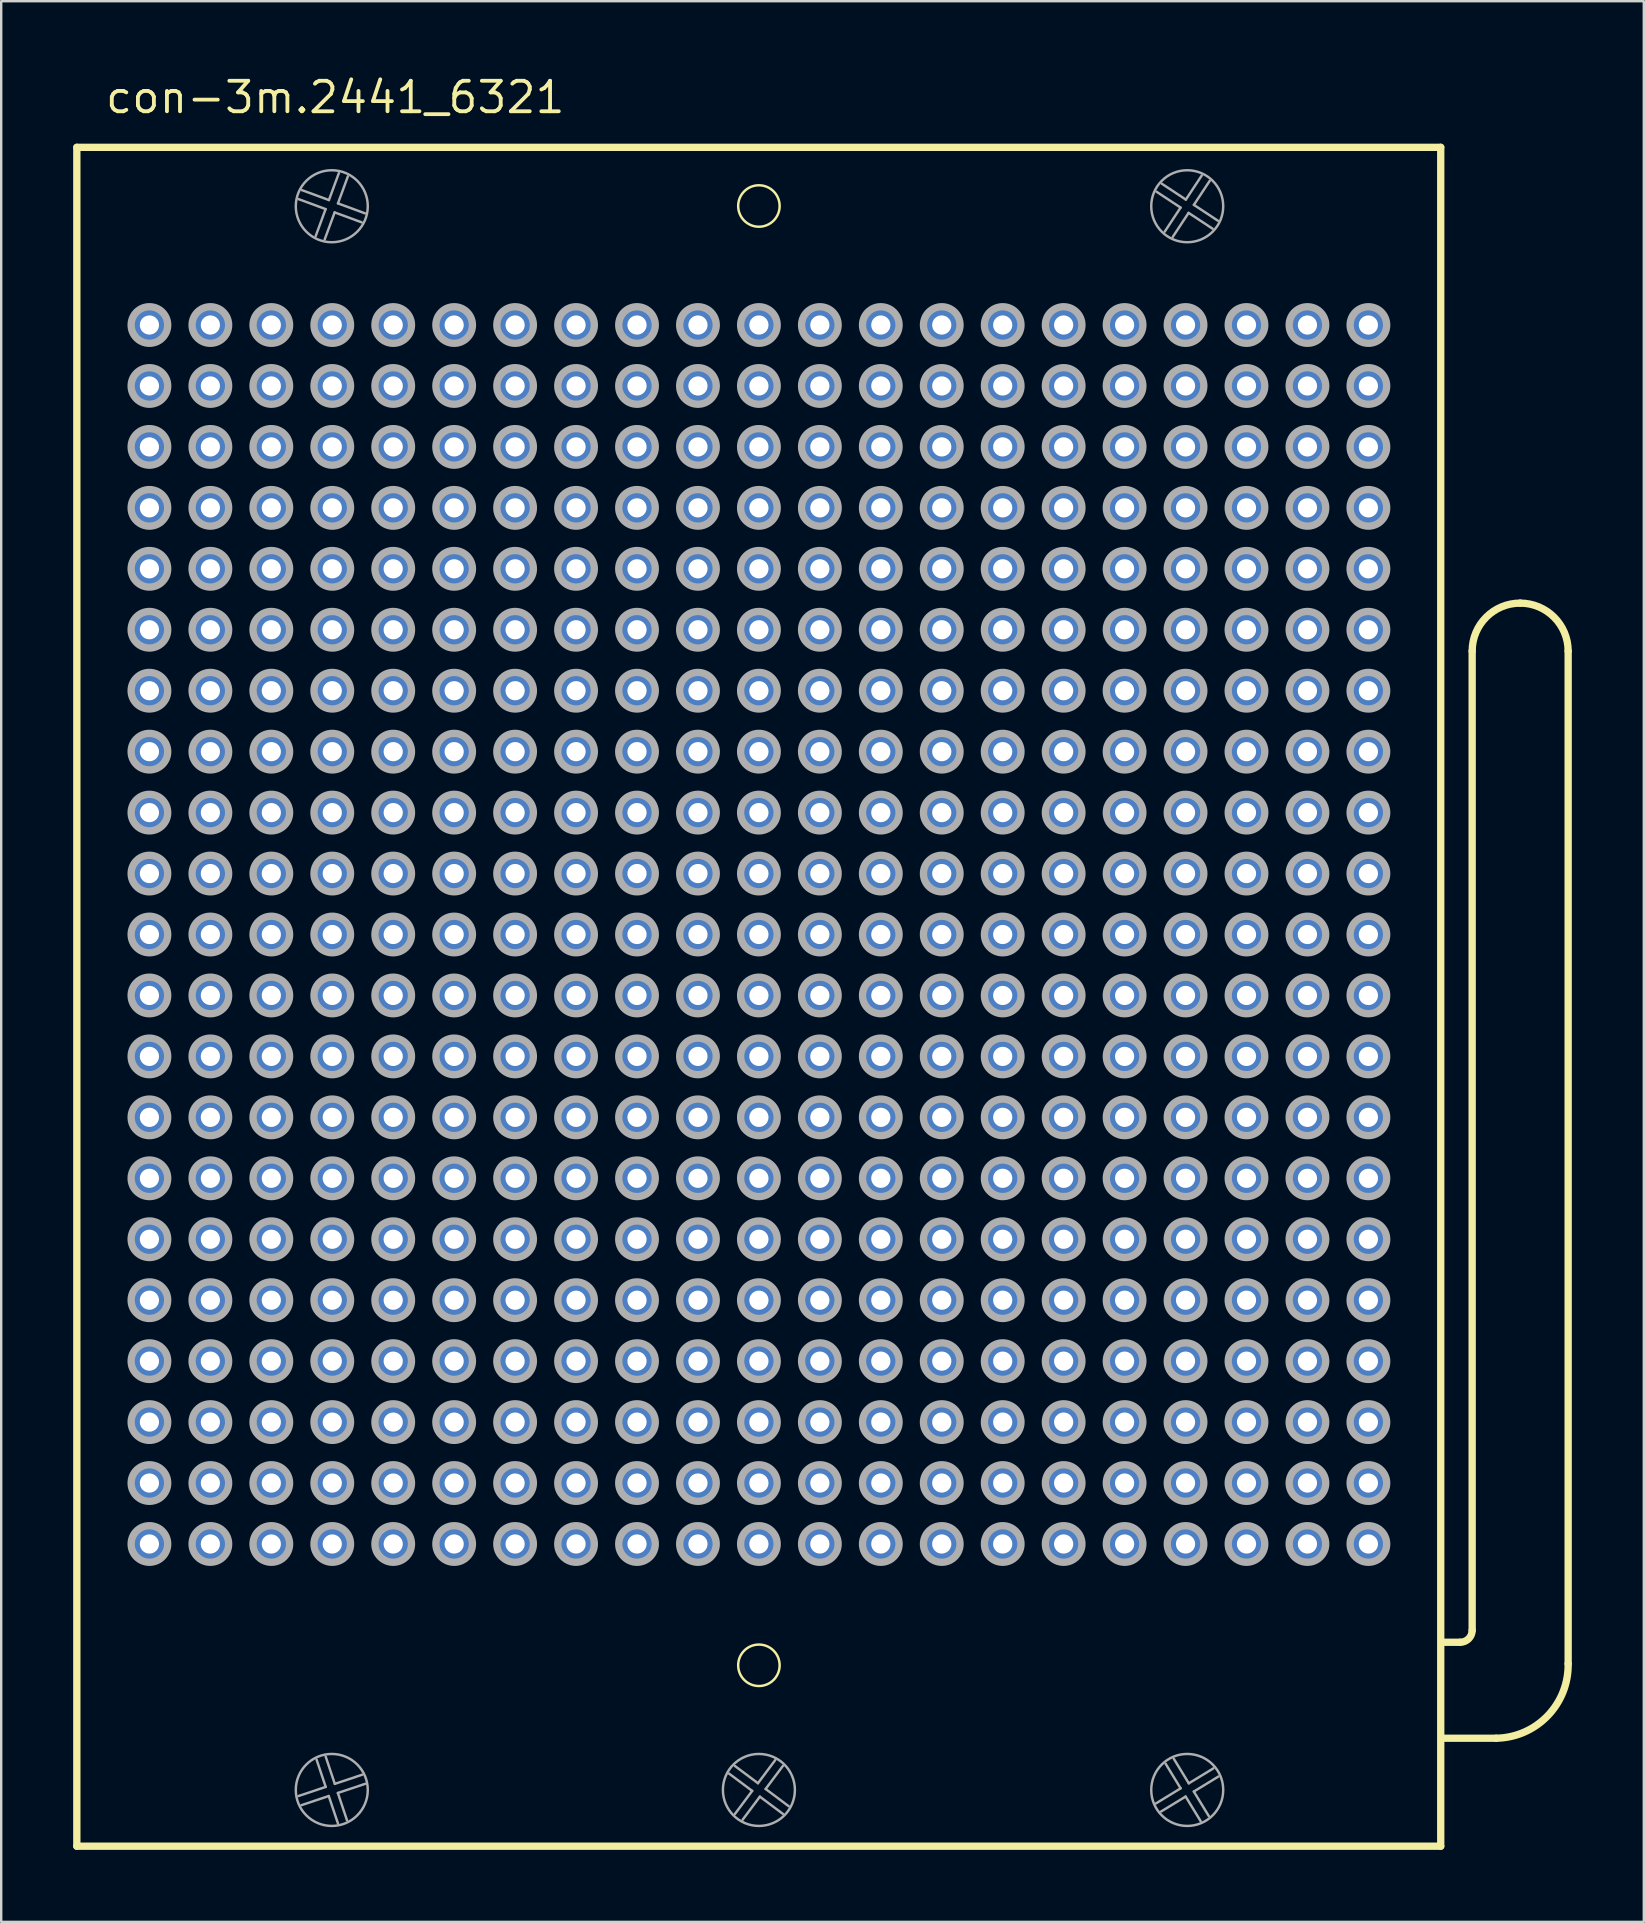
<source format=kicad_pcb>
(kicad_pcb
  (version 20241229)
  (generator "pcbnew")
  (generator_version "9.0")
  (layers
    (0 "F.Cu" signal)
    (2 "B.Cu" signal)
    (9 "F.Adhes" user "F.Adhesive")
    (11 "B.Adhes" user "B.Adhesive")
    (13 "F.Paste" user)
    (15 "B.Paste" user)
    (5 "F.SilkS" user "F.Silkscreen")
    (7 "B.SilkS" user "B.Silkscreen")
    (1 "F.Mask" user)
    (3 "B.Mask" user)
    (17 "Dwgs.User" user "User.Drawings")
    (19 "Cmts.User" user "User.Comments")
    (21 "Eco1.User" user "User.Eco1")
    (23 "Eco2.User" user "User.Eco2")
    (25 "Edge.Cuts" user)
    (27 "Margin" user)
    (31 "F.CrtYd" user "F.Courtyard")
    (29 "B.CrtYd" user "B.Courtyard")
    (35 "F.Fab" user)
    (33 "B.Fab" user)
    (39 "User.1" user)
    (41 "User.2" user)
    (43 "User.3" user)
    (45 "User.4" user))
  (footprint "con-3m.2441_6321"
    (layer "F.Cu")
    (at 28.577 35.895)
    (property "Reference" "con-3m.2441_6321" (at -27.315 -34.145 0) (layer "F.SilkS") (effects (font (size 1.27 1.27) (thickness 0.16)) (justify left bottom)))
    (attr through_hole)
    (fp_line (start -28.425 -32.805) (end 28.415 -32.805) (stroke (width 0.305) (type default)) (layer "F.SilkS"))
    (fp_line (start -28.425 37.995) (end -28.425 -32.805) (stroke (width 0.305) (type default)) (layer "F.SilkS"))
    (fp_line (start 28.415 -32.805) (end 28.415 37.995) (stroke (width 0.305) (type default)) (layer "F.SilkS"))
    (fp_line (start 28.415 37.995) (end -28.425 37.995) (stroke (width 0.305) (type default)) (layer "F.SilkS"))
    (fp_line (start 29.225 29.495) (end 28.461 29.495) (stroke (width 0.305) (type default)) (layer "F.SilkS"))
    (fp_line (start 29.725 28.995) (end 29.725 -11.81) (stroke (width 0.305) (type default)) (layer "F.SilkS"))
    (fp_line (start 30.725 33.495) (end 28.461 33.495) (stroke (width 0.305) (type default)) (layer "F.SilkS"))
    (fp_line (start 33.725 -11.81) (end 33.725 30.39) (stroke (width 0.305) (type default)) (layer "F.SilkS"))
    (fp_arc (start 29.725 -11.81) (mid 30.310786 -13.224214) (end 31.725 -13.81) (stroke (width 0.3048) (type default)) (layer "F.SilkS"))
    (fp_arc (start 29.725 28.995) (mid 29.578553 29.348553) (end 29.225 29.495) (stroke (width 0.3048) (type default)) (layer "F.SilkS"))
    (fp_arc (start 31.725 -13.81) (mid 33.139214 -13.224214) (end 33.725 -11.81) (stroke (width 0.3048) (type default)) (layer "F.SilkS"))
    (fp_arc (start 33.725 30.39) (mid 32.868067 32.56382) (end 30.725 33.495) (stroke (width 0.3048) (type default)) (layer "F.SilkS"))
    (fp_circle (center 0 -30.36) (end 0.864 -30.36) (stroke (width 0.102) (type default)) (fill no) (layer "F.SilkS"))
    (fp_circle (center 0 30.455) (end 0.864 30.455) (stroke (width 0.102) (type default)) (fill no) (layer "F.SilkS"))
    (fp_line (start -19.191 35.904) (end -18.053 35.524) (stroke (width 0.102) (type default)) (layer "F.Fab"))
    (fp_line (start -19.045 -31.021) (end -17.919 -30.607) (stroke (width 0.102) (type default)) (layer "F.Fab"))
    (fp_line (start -18.471 -29.105) (end -18.057 -30.231) (stroke (width 0.102) (type default)) (layer "F.Fab"))
    (fp_line (start -18.057 -30.231) (end -19.183 -30.646) (stroke (width 0.102) (type default)) (layer "F.Fab"))
    (fp_line (start -18.055 34.259) (end -17.674 35.397) (stroke (width 0.102) (type default)) (layer "F.Fab"))
    (fp_line (start -18.053 35.524) (end -18.434 34.386) (stroke (width 0.102) (type default)) (layer "F.Fab"))
    (fp_line (start -17.926 35.903) (end -19.064 36.284) (stroke (width 0.102) (type default)) (layer "F.Fab"))
    (fp_line (start -17.919 -30.607) (end -17.504 -31.733) (stroke (width 0.102) (type default)) (layer "F.Fab"))
    (fp_line (start -17.681 -30.093) (end -18.096 -28.967) (stroke (width 0.102) (type default)) (layer "F.Fab"))
    (fp_line (start -17.674 35.397) (end -16.536 35.016) (stroke (width 0.102) (type default)) (layer "F.Fab"))
    (fp_line (start -17.547 35.776) (end -17.166 36.914) (stroke (width 0.102) (type default)) (layer "F.Fab"))
    (fp_line (start -17.545 37.041) (end -17.926 35.903) (stroke (width 0.102) (type default)) (layer "F.Fab"))
    (fp_line (start -17.543 -30.469) (end -16.417 -30.054) (stroke (width 0.102) (type default)) (layer "F.Fab"))
    (fp_line (start -17.129 -31.595) (end -17.543 -30.469) (stroke (width 0.102) (type default)) (layer "F.Fab"))
    (fp_line (start -16.555 -29.679) (end -17.681 -30.093) (stroke (width 0.102) (type default)) (layer "F.Fab"))
    (fp_line (start -16.409 35.395) (end -17.547 35.776) (stroke (width 0.102) (type default)) (layer "F.Fab"))
    (fp_line (start -1.001 34.651) (end -0.04 35.37) (stroke (width 0.102) (type default)) (layer "F.Fab"))
    (fp_line (start -0.999 36.651) (end -0.28 35.69) (stroke (width 0.102) (type default)) (layer "F.Fab"))
    (fp_line (start -0.28 35.69) (end -1.241 34.971) (stroke (width 0.102) (type default)) (layer "F.Fab"))
    (fp_line (start -0.04 35.37) (end 0.678 34.409) (stroke (width 0.102) (type default)) (layer "F.Fab"))
    (fp_line (start 0.04 35.93) (end -0.678 36.891) (stroke (width 0.102) (type default)) (layer "F.Fab"))
    (fp_line (start 0.28 35.61) (end 1.241 36.328) (stroke (width 0.102) (type default)) (layer "F.Fab"))
    (fp_line (start 0.999 34.649) (end 0.28 35.61) (stroke (width 0.102) (type default)) (layer "F.Fab"))
    (fp_line (start 1.001 36.649) (end 0.04 35.93) (stroke (width 0.102) (type default)) (layer "F.Fab"))
    (fp_line (start 16.551 36.209) (end 17.575 35.583) (stroke (width 0.102) (type default)) (layer "F.Fab"))
    (fp_line (start 16.791 -31.288) (end 17.793 -30.627) (stroke (width 0.102) (type default)) (layer "F.Fab"))
    (fp_line (start 16.912 -29.291) (end 17.573 -30.293) (stroke (width 0.102) (type default)) (layer "F.Fab"))
    (fp_line (start 17.291 34.351) (end 17.916 35.375) (stroke (width 0.102) (type default)) (layer "F.Fab"))
    (fp_line (start 17.573 -30.293) (end 16.571 -30.954) (stroke (width 0.102) (type default)) (layer "F.Fab"))
    (fp_line (start 17.575 35.583) (end 16.95 34.559) (stroke (width 0.102) (type default)) (layer "F.Fab"))
    (fp_line (start 17.783 35.925) (end 16.759 36.55) (stroke (width 0.102) (type default)) (layer "F.Fab"))
    (fp_line (start 17.793 -30.627) (end 18.454 -31.629) (stroke (width 0.102) (type default)) (layer "F.Fab"))
    (fp_line (start 17.907 -30.073) (end 17.246 -29.071) (stroke (width 0.102) (type default)) (layer "F.Fab"))
    (fp_line (start 17.916 35.375) (end 18.941 34.75) (stroke (width 0.102) (type default)) (layer "F.Fab"))
    (fp_line (start 18.125 35.716) (end 18.75 36.741) (stroke (width 0.102) (type default)) (layer "F.Fab"))
    (fp_line (start 18.127 -30.407) (end 19.129 -29.746) (stroke (width 0.102) (type default)) (layer "F.Fab"))
    (fp_line (start 18.409 36.949) (end 17.783 35.925) (stroke (width 0.102) (type default)) (layer "F.Fab"))
    (fp_line (start 18.788 -31.409) (end 18.127 -30.407) (stroke (width 0.102) (type default)) (layer "F.Fab"))
    (fp_line (start 18.909 -29.412) (end 17.907 -30.073) (stroke (width 0.102) (type default)) (layer "F.Fab"))
    (fp_line (start 19.149 35.091) (end 18.125 35.716) (stroke (width 0.102) (type default)) (layer "F.Fab"))
    (fp_circle (center -25.4 -25.4) (end -24.638 -25.4) (stroke (width 0.305) (type default)) (fill no) (layer "F.Fab"))
    (fp_circle (center -25.4 -22.86) (end -24.638 -22.86) (stroke (width 0.305) (type default)) (fill no) (layer "F.Fab"))
    (fp_circle (center -25.4 -20.32) (end -24.638 -20.32) (stroke (width 0.305) (type default)) (fill no) (layer "F.Fab"))
    (fp_circle (center -25.4 -17.78) (end -24.638 -17.78) (stroke (width 0.305) (type default)) (fill no) (layer "F.Fab"))
    (fp_circle (center -25.4 -15.24) (end -24.638 -15.24) (stroke (width 0.305) (type default)) (fill no) (layer "F.Fab"))
    (fp_circle (center -25.4 -12.7) (end -24.638 -12.7) (stroke (width 0.305) (type default)) (fill no) (layer "F.Fab"))
    (fp_circle (center -25.4 -10.16) (end -24.638 -10.16) (stroke (width 0.305) (type default)) (fill no) (layer "F.Fab"))
    (fp_circle (center -25.4 -7.62) (end -24.638 -7.62) (stroke (width 0.305) (type default)) (fill no) (layer "F.Fab"))
    (fp_circle (center -25.4 -5.08) (end -24.638 -5.08) (stroke (width 0.305) (type default)) (fill no) (layer "F.Fab"))
    (fp_circle (center -25.4 -2.54) (end -24.638 -2.54) (stroke (width 0.305) (type default)) (fill no) (layer "F.Fab"))
    (fp_circle (center -25.4 0) (end -24.638 0) (stroke (width 0.305) (type default)) (fill no) (layer "F.Fab"))
    (fp_circle (center -25.4 2.54) (end -24.638 2.54) (stroke (width 0.305) (type default)) (fill no) (layer "F.Fab"))
    (fp_circle (center -25.4 5.08) (end -24.638 5.08) (stroke (width 0.305) (type default)) (fill no) (layer "F.Fab"))
    (fp_circle (center -25.4 7.62) (end -24.638 7.62) (stroke (width 0.305) (type default)) (fill no) (layer "F.Fab"))
    (fp_circle (center -25.4 10.16) (end -24.638 10.16) (stroke (width 0.305) (type default)) (fill no) (layer "F.Fab"))
    (fp_circle (center -25.4 12.7) (end -24.638 12.7) (stroke (width 0.305) (type default)) (fill no) (layer "F.Fab"))
    (fp_circle (center -25.4 15.24) (end -24.638 15.24) (stroke (width 0.305) (type default)) (fill no) (layer "F.Fab"))
    (fp_circle (center -25.4 17.78) (end -24.638 17.78) (stroke (width 0.305) (type default)) (fill no) (layer "F.Fab"))
    (fp_circle (center -25.4 20.32) (end -24.638 20.32) (stroke (width 0.305) (type default)) (fill no) (layer "F.Fab"))
    (fp_circle (center -25.4 22.86) (end -24.638 22.86) (stroke (width 0.305) (type default)) (fill no) (layer "F.Fab"))
    (fp_circle (center -25.4 25.4) (end -24.638 25.4) (stroke (width 0.305) (type default)) (fill no) (layer "F.Fab"))
    (fp_circle (center -22.86 -25.4) (end -22.098 -25.4) (stroke (width 0.305) (type default)) (fill no) (layer "F.Fab"))
    (fp_circle (center -22.86 -22.86) (end -22.098 -22.86) (stroke (width 0.305) (type default)) (fill no) (layer "F.Fab"))
    (fp_circle (center -22.86 -20.32) (end -22.098 -20.32) (stroke (width 0.305) (type default)) (fill no) (layer "F.Fab"))
    (fp_circle (center -22.86 -17.78) (end -22.098 -17.78) (stroke (width 0.305) (type default)) (fill no) (layer "F.Fab"))
    (fp_circle (center -22.86 -15.24) (end -22.098 -15.24) (stroke (width 0.305) (type default)) (fill no) (layer "F.Fab"))
    (fp_circle (center -22.86 -12.7) (end -22.098 -12.7) (stroke (width 0.305) (type default)) (fill no) (layer "F.Fab"))
    (fp_circle (center -22.86 -10.16) (end -22.098 -10.16) (stroke (width 0.305) (type default)) (fill no) (layer "F.Fab"))
    (fp_circle (center -22.86 -7.62) (end -22.098 -7.62) (stroke (width 0.305) (type default)) (fill no) (layer "F.Fab"))
    (fp_circle (center -22.86 -5.08) (end -22.098 -5.08) (stroke (width 0.305) (type default)) (fill no) (layer "F.Fab"))
    (fp_circle (center -22.86 -2.54) (end -22.098 -2.54) (stroke (width 0.305) (type default)) (fill no) (layer "F.Fab"))
    (fp_circle (center -22.86 0) (end -22.098 0) (stroke (width 0.305) (type default)) (fill no) (layer "F.Fab"))
    (fp_circle (center -22.86 2.54) (end -22.098 2.54) (stroke (width 0.305) (type default)) (fill no) (layer "F.Fab"))
    (fp_circle (center -22.86 5.08) (end -22.098 5.08) (stroke (width 0.305) (type default)) (fill no) (layer "F.Fab"))
    (fp_circle (center -22.86 7.62) (end -22.098 7.62) (stroke (width 0.305) (type default)) (fill no) (layer "F.Fab"))
    (fp_circle (center -22.86 10.16) (end -22.098 10.16) (stroke (width 0.305) (type default)) (fill no) (layer "F.Fab"))
    (fp_circle (center -22.86 12.7) (end -22.098 12.7) (stroke (width 0.305) (type default)) (fill no) (layer "F.Fab"))
    (fp_circle (center -22.86 15.24) (end -22.098 15.24) (stroke (width 0.305) (type default)) (fill no) (layer "F.Fab"))
    (fp_circle (center -22.86 17.78) (end -22.098 17.78) (stroke (width 0.305) (type default)) (fill no) (layer "F.Fab"))
    (fp_circle (center -22.86 20.32) (end -22.098 20.32) (stroke (width 0.305) (type default)) (fill no) (layer "F.Fab"))
    (fp_circle (center -22.86 22.86) (end -22.098 22.86) (stroke (width 0.305) (type default)) (fill no) (layer "F.Fab"))
    (fp_circle (center -22.86 25.4) (end -22.098 25.4) (stroke (width 0.305) (type default)) (fill no) (layer "F.Fab"))
    (fp_circle (center -20.32 -25.4) (end -19.558 -25.4) (stroke (width 0.305) (type default)) (fill no) (layer "F.Fab"))
    (fp_circle (center -20.32 -22.86) (end -19.558 -22.86) (stroke (width 0.305) (type default)) (fill no) (layer "F.Fab"))
    (fp_circle (center -20.32 -20.32) (end -19.558 -20.32) (stroke (width 0.305) (type default)) (fill no) (layer "F.Fab"))
    (fp_circle (center -20.32 -17.78) (end -19.558 -17.78) (stroke (width 0.305) (type default)) (fill no) (layer "F.Fab"))
    (fp_circle (center -20.32 -15.24) (end -19.558 -15.24) (stroke (width 0.305) (type default)) (fill no) (layer "F.Fab"))
    (fp_circle (center -20.32 -12.7) (end -19.558 -12.7) (stroke (width 0.305) (type default)) (fill no) (layer "F.Fab"))
    (fp_circle (center -20.32 -10.16) (end -19.558 -10.16) (stroke (width 0.305) (type default)) (fill no) (layer "F.Fab"))
    (fp_circle (center -20.32 -7.62) (end -19.558 -7.62) (stroke (width 0.305) (type default)) (fill no) (layer "F.Fab"))
    (fp_circle (center -20.32 -5.08) (end -19.558 -5.08) (stroke (width 0.305) (type default)) (fill no) (layer "F.Fab"))
    (fp_circle (center -20.32 -2.54) (end -19.558 -2.54) (stroke (width 0.305) (type default)) (fill no) (layer "F.Fab"))
    (fp_circle (center -20.32 0) (end -19.558 0) (stroke (width 0.305) (type default)) (fill no) (layer "F.Fab"))
    (fp_circle (center -20.32 2.54) (end -19.558 2.54) (stroke (width 0.305) (type default)) (fill no) (layer "F.Fab"))
    (fp_circle (center -20.32 5.08) (end -19.558 5.08) (stroke (width 0.305) (type default)) (fill no) (layer "F.Fab"))
    (fp_circle (center -20.32 7.62) (end -19.558 7.62) (stroke (width 0.305) (type default)) (fill no) (layer "F.Fab"))
    (fp_circle (center -20.32 10.16) (end -19.558 10.16) (stroke (width 0.305) (type default)) (fill no) (layer "F.Fab"))
    (fp_circle (center -20.32 12.7) (end -19.558 12.7) (stroke (width 0.305) (type default)) (fill no) (layer "F.Fab"))
    (fp_circle (center -20.32 15.24) (end -19.558 15.24) (stroke (width 0.305) (type default)) (fill no) (layer "F.Fab"))
    (fp_circle (center -20.32 17.78) (end -19.558 17.78) (stroke (width 0.305) (type default)) (fill no) (layer "F.Fab"))
    (fp_circle (center -20.32 20.32) (end -19.558 20.32) (stroke (width 0.305) (type default)) (fill no) (layer "F.Fab"))
    (fp_circle (center -20.32 22.86) (end -19.558 22.86) (stroke (width 0.305) (type default)) (fill no) (layer "F.Fab"))
    (fp_circle (center -20.32 25.4) (end -19.558 25.4) (stroke (width 0.305) (type default)) (fill no) (layer "F.Fab"))
    (fp_circle (center -17.8 -30.35) (end -16.3 -30.35) (stroke (width 0.102) (type default)) (fill no) (layer "F.Fab"))
    (fp_circle (center -17.8 35.65) (end -16.3 35.65) (stroke (width 0.102) (type default)) (fill no) (layer "F.Fab"))
    (fp_circle (center -17.78 -25.4) (end -17.018 -25.4) (stroke (width 0.305) (type default)) (fill no) (layer "F.Fab"))
    (fp_circle (center -17.78 -22.86) (end -17.018 -22.86) (stroke (width 0.305) (type default)) (fill no) (layer "F.Fab"))
    (fp_circle (center -17.78 -20.32) (end -17.018 -20.32) (stroke (width 0.305) (type default)) (fill no) (layer "F.Fab"))
    (fp_circle (center -17.78 -17.78) (end -17.018 -17.78) (stroke (width 0.305) (type default)) (fill no) (layer "F.Fab"))
    (fp_circle (center -17.78 -15.24) (end -17.018 -15.24) (stroke (width 0.305) (type default)) (fill no) (layer "F.Fab"))
    (fp_circle (center -17.78 -12.7) (end -17.018 -12.7) (stroke (width 0.305) (type default)) (fill no) (layer "F.Fab"))
    (fp_circle (center -17.78 -10.16) (end -17.018 -10.16) (stroke (width 0.305) (type default)) (fill no) (layer "F.Fab"))
    (fp_circle (center -17.78 -7.62) (end -17.018 -7.62) (stroke (width 0.305) (type default)) (fill no) (layer "F.Fab"))
    (fp_circle (center -17.78 -5.08) (end -17.018 -5.08) (stroke (width 0.305) (type default)) (fill no) (layer "F.Fab"))
    (fp_circle (center -17.78 -2.54) (end -17.018 -2.54) (stroke (width 0.305) (type default)) (fill no) (layer "F.Fab"))
    (fp_circle (center -17.78 0) (end -17.018 0) (stroke (width 0.305) (type default)) (fill no) (layer "F.Fab"))
    (fp_circle (center -17.78 2.54) (end -17.018 2.54) (stroke (width 0.305) (type default)) (fill no) (layer "F.Fab"))
    (fp_circle (center -17.78 5.08) (end -17.018 5.08) (stroke (width 0.305) (type default)) (fill no) (layer "F.Fab"))
    (fp_circle (center -17.78 7.62) (end -17.018 7.62) (stroke (width 0.305) (type default)) (fill no) (layer "F.Fab"))
    (fp_circle (center -17.78 10.16) (end -17.018 10.16) (stroke (width 0.305) (type default)) (fill no) (layer "F.Fab"))
    (fp_circle (center -17.78 12.7) (end -17.018 12.7) (stroke (width 0.305) (type default)) (fill no) (layer "F.Fab"))
    (fp_circle (center -17.78 15.24) (end -17.018 15.24) (stroke (width 0.305) (type default)) (fill no) (layer "F.Fab"))
    (fp_circle (center -17.78 17.78) (end -17.018 17.78) (stroke (width 0.305) (type default)) (fill no) (layer "F.Fab"))
    (fp_circle (center -17.78 20.32) (end -17.018 20.32) (stroke (width 0.305) (type default)) (fill no) (layer "F.Fab"))
    (fp_circle (center -17.78 22.86) (end -17.018 22.86) (stroke (width 0.305) (type default)) (fill no) (layer "F.Fab"))
    (fp_circle (center -17.78 25.4) (end -17.018 25.4) (stroke (width 0.305) (type default)) (fill no) (layer "F.Fab"))
    (fp_circle (center -15.24 -25.4) (end -14.478 -25.4) (stroke (width 0.305) (type default)) (fill no) (layer "F.Fab"))
    (fp_circle (center -15.24 -22.86) (end -14.478 -22.86) (stroke (width 0.305) (type default)) (fill no) (layer "F.Fab"))
    (fp_circle (center -15.24 -20.32) (end -14.478 -20.32) (stroke (width 0.305) (type default)) (fill no) (layer "F.Fab"))
    (fp_circle (center -15.24 -17.78) (end -14.478 -17.78) (stroke (width 0.305) (type default)) (fill no) (layer "F.Fab"))
    (fp_circle (center -15.24 -15.24) (end -14.478 -15.24) (stroke (width 0.305) (type default)) (fill no) (layer "F.Fab"))
    (fp_circle (center -15.24 -12.7) (end -14.478 -12.7) (stroke (width 0.305) (type default)) (fill no) (layer "F.Fab"))
    (fp_circle (center -15.24 -10.16) (end -14.478 -10.16) (stroke (width 0.305) (type default)) (fill no) (layer "F.Fab"))
    (fp_circle (center -15.24 -7.62) (end -14.478 -7.62) (stroke (width 0.305) (type default)) (fill no) (layer "F.Fab"))
    (fp_circle (center -15.24 -5.08) (end -14.478 -5.08) (stroke (width 0.305) (type default)) (fill no) (layer "F.Fab"))
    (fp_circle (center -15.24 -2.54) (end -14.478 -2.54) (stroke (width 0.305) (type default)) (fill no) (layer "F.Fab"))
    (fp_circle (center -15.24 0) (end -14.478 0) (stroke (width 0.305) (type default)) (fill no) (layer "F.Fab"))
    (fp_circle (center -15.24 2.54) (end -14.478 2.54) (stroke (width 0.305) (type default)) (fill no) (layer "F.Fab"))
    (fp_circle (center -15.24 5.08) (end -14.478 5.08) (stroke (width 0.305) (type default)) (fill no) (layer "F.Fab"))
    (fp_circle (center -15.24 7.62) (end -14.478 7.62) (stroke (width 0.305) (type default)) (fill no) (layer "F.Fab"))
    (fp_circle (center -15.24 10.16) (end -14.478 10.16) (stroke (width 0.305) (type default)) (fill no) (layer "F.Fab"))
    (fp_circle (center -15.24 12.7) (end -14.478 12.7) (stroke (width 0.305) (type default)) (fill no) (layer "F.Fab"))
    (fp_circle (center -15.24 15.24) (end -14.478 15.24) (stroke (width 0.305) (type default)) (fill no) (layer "F.Fab"))
    (fp_circle (center -15.24 17.78) (end -14.478 17.78) (stroke (width 0.305) (type default)) (fill no) (layer "F.Fab"))
    (fp_circle (center -15.24 20.32) (end -14.478 20.32) (stroke (width 0.305) (type default)) (fill no) (layer "F.Fab"))
    (fp_circle (center -15.24 22.86) (end -14.478 22.86) (stroke (width 0.305) (type default)) (fill no) (layer "F.Fab"))
    (fp_circle (center -15.24 25.4) (end -14.478 25.4) (stroke (width 0.305) (type default)) (fill no) (layer "F.Fab"))
    (fp_circle (center -12.7 -25.4) (end -11.938 -25.4) (stroke (width 0.305) (type default)) (fill no) (layer "F.Fab"))
    (fp_circle (center -12.7 -22.86) (end -11.938 -22.86) (stroke (width 0.305) (type default)) (fill no) (layer "F.Fab"))
    (fp_circle (center -12.7 -20.32) (end -11.938 -20.32) (stroke (width 0.305) (type default)) (fill no) (layer "F.Fab"))
    (fp_circle (center -12.7 -17.78) (end -11.938 -17.78) (stroke (width 0.305) (type default)) (fill no) (layer "F.Fab"))
    (fp_circle (center -12.7 -15.24) (end -11.938 -15.24) (stroke (width 0.305) (type default)) (fill no) (layer "F.Fab"))
    (fp_circle (center -12.7 -12.7) (end -11.938 -12.7) (stroke (width 0.305) (type default)) (fill no) (layer "F.Fab"))
    (fp_circle (center -12.7 -10.16) (end -11.938 -10.16) (stroke (width 0.305) (type default)) (fill no) (layer "F.Fab"))
    (fp_circle (center -12.7 -7.62) (end -11.938 -7.62) (stroke (width 0.305) (type default)) (fill no) (layer "F.Fab"))
    (fp_circle (center -12.7 -5.08) (end -11.938 -5.08) (stroke (width 0.305) (type default)) (fill no) (layer "F.Fab"))
    (fp_circle (center -12.7 -2.54) (end -11.938 -2.54) (stroke (width 0.305) (type default)) (fill no) (layer "F.Fab"))
    (fp_circle (center -12.7 0) (end -11.938 0) (stroke (width 0.305) (type default)) (fill no) (layer "F.Fab"))
    (fp_circle (center -12.7 2.54) (end -11.938 2.54) (stroke (width 0.305) (type default)) (fill no) (layer "F.Fab"))
    (fp_circle (center -12.7 5.08) (end -11.938 5.08) (stroke (width 0.305) (type default)) (fill no) (layer "F.Fab"))
    (fp_circle (center -12.7 7.62) (end -11.938 7.62) (stroke (width 0.305) (type default)) (fill no) (layer "F.Fab"))
    (fp_circle (center -12.7 10.16) (end -11.938 10.16) (stroke (width 0.305) (type default)) (fill no) (layer "F.Fab"))
    (fp_circle (center -12.7 12.7) (end -11.938 12.7) (stroke (width 0.305) (type default)) (fill no) (layer "F.Fab"))
    (fp_circle (center -12.7 15.24) (end -11.938 15.24) (stroke (width 0.305) (type default)) (fill no) (layer "F.Fab"))
    (fp_circle (center -12.7 17.78) (end -11.938 17.78) (stroke (width 0.305) (type default)) (fill no) (layer "F.Fab"))
    (fp_circle (center -12.7 20.32) (end -11.938 20.32) (stroke (width 0.305) (type default)) (fill no) (layer "F.Fab"))
    (fp_circle (center -12.7 22.86) (end -11.938 22.86) (stroke (width 0.305) (type default)) (fill no) (layer "F.Fab"))
    (fp_circle (center -12.7 25.4) (end -11.938 25.4) (stroke (width 0.305) (type default)) (fill no) (layer "F.Fab"))
    (fp_circle (center -10.16 -25.4) (end -9.398 -25.4) (stroke (width 0.305) (type default)) (fill no) (layer "F.Fab"))
    (fp_circle (center -10.16 -22.86) (end -9.398 -22.86) (stroke (width 0.305) (type default)) (fill no) (layer "F.Fab"))
    (fp_circle (center -10.16 -20.32) (end -9.398 -20.32) (stroke (width 0.305) (type default)) (fill no) (layer "F.Fab"))
    (fp_circle (center -10.16 -17.78) (end -9.398 -17.78) (stroke (width 0.305) (type default)) (fill no) (layer "F.Fab"))
    (fp_circle (center -10.16 -15.24) (end -9.398 -15.24) (stroke (width 0.305) (type default)) (fill no) (layer "F.Fab"))
    (fp_circle (center -10.16 -12.7) (end -9.398 -12.7) (stroke (width 0.305) (type default)) (fill no) (layer "F.Fab"))
    (fp_circle (center -10.16 -10.16) (end -9.398 -10.16) (stroke (width 0.305) (type default)) (fill no) (layer "F.Fab"))
    (fp_circle (center -10.16 -7.62) (end -9.398 -7.62) (stroke (width 0.305) (type default)) (fill no) (layer "F.Fab"))
    (fp_circle (center -10.16 -5.08) (end -9.398 -5.08) (stroke (width 0.305) (type default)) (fill no) (layer "F.Fab"))
    (fp_circle (center -10.16 -2.54) (end -9.398 -2.54) (stroke (width 0.305) (type default)) (fill no) (layer "F.Fab"))
    (fp_circle (center -10.16 0) (end -9.398 0) (stroke (width 0.305) (type default)) (fill no) (layer "F.Fab"))
    (fp_circle (center -10.16 2.54) (end -9.398 2.54) (stroke (width 0.305) (type default)) (fill no) (layer "F.Fab"))
    (fp_circle (center -10.16 5.08) (end -9.398 5.08) (stroke (width 0.305) (type default)) (fill no) (layer "F.Fab"))
    (fp_circle (center -10.16 7.62) (end -9.398 7.62) (stroke (width 0.305) (type default)) (fill no) (layer "F.Fab"))
    (fp_circle (center -10.16 10.16) (end -9.398 10.16) (stroke (width 0.305) (type default)) (fill no) (layer "F.Fab"))
    (fp_circle (center -10.16 12.7) (end -9.398 12.7) (stroke (width 0.305) (type default)) (fill no) (layer "F.Fab"))
    (fp_circle (center -10.16 15.24) (end -9.398 15.24) (stroke (width 0.305) (type default)) (fill no) (layer "F.Fab"))
    (fp_circle (center -10.16 17.78) (end -9.398 17.78) (stroke (width 0.305) (type default)) (fill no) (layer "F.Fab"))
    (fp_circle (center -10.16 20.32) (end -9.398 20.32) (stroke (width 0.305) (type default)) (fill no) (layer "F.Fab"))
    (fp_circle (center -10.16 22.86) (end -9.398 22.86) (stroke (width 0.305) (type default)) (fill no) (layer "F.Fab"))
    (fp_circle (center -10.16 25.4) (end -9.398 25.4) (stroke (width 0.305) (type default)) (fill no) (layer "F.Fab"))
    (fp_circle (center -7.62 -25.4) (end -6.858 -25.4) (stroke (width 0.305) (type default)) (fill no) (layer "F.Fab"))
    (fp_circle (center -7.62 -22.86) (end -6.858 -22.86) (stroke (width 0.305) (type default)) (fill no) (layer "F.Fab"))
    (fp_circle (center -7.62 -20.32) (end -6.858 -20.32) (stroke (width 0.305) (type default)) (fill no) (layer "F.Fab"))
    (fp_circle (center -7.62 -17.78) (end -6.858 -17.78) (stroke (width 0.305) (type default)) (fill no) (layer "F.Fab"))
    (fp_circle (center -7.62 -15.24) (end -6.858 -15.24) (stroke (width 0.305) (type default)) (fill no) (layer "F.Fab"))
    (fp_circle (center -7.62 -12.7) (end -6.858 -12.7) (stroke (width 0.305) (type default)) (fill no) (layer "F.Fab"))
    (fp_circle (center -7.62 -10.16) (end -6.858 -10.16) (stroke (width 0.305) (type default)) (fill no) (layer "F.Fab"))
    (fp_circle (center -7.62 -7.62) (end -6.858 -7.62) (stroke (width 0.305) (type default)) (fill no) (layer "F.Fab"))
    (fp_circle (center -7.62 -5.08) (end -6.858 -5.08) (stroke (width 0.305) (type default)) (fill no) (layer "F.Fab"))
    (fp_circle (center -7.62 -2.54) (end -6.858 -2.54) (stroke (width 0.305) (type default)) (fill no) (layer "F.Fab"))
    (fp_circle (center -7.62 0) (end -6.858 0) (stroke (width 0.305) (type default)) (fill no) (layer "F.Fab"))
    (fp_circle (center -7.62 2.54) (end -6.858 2.54) (stroke (width 0.305) (type default)) (fill no) (layer "F.Fab"))
    (fp_circle (center -7.62 5.08) (end -6.858 5.08) (stroke (width 0.305) (type default)) (fill no) (layer "F.Fab"))
    (fp_circle (center -7.62 7.62) (end -6.858 7.62) (stroke (width 0.305) (type default)) (fill no) (layer "F.Fab"))
    (fp_circle (center -7.62 10.16) (end -6.858 10.16) (stroke (width 0.305) (type default)) (fill no) (layer "F.Fab"))
    (fp_circle (center -7.62 12.7) (end -6.858 12.7) (stroke (width 0.305) (type default)) (fill no) (layer "F.Fab"))
    (fp_circle (center -7.62 15.24) (end -6.858 15.24) (stroke (width 0.305) (type default)) (fill no) (layer "F.Fab"))
    (fp_circle (center -7.62 17.78) (end -6.858 17.78) (stroke (width 0.305) (type default)) (fill no) (layer "F.Fab"))
    (fp_circle (center -7.62 20.32) (end -6.858 20.32) (stroke (width 0.305) (type default)) (fill no) (layer "F.Fab"))
    (fp_circle (center -7.62 22.86) (end -6.858 22.86) (stroke (width 0.305) (type default)) (fill no) (layer "F.Fab"))
    (fp_circle (center -7.62 25.4) (end -6.858 25.4) (stroke (width 0.305) (type default)) (fill no) (layer "F.Fab"))
    (fp_circle (center -5.08 -25.4) (end -4.318 -25.4) (stroke (width 0.305) (type default)) (fill no) (layer "F.Fab"))
    (fp_circle (center -5.08 -22.86) (end -4.318 -22.86) (stroke (width 0.305) (type default)) (fill no) (layer "F.Fab"))
    (fp_circle (center -5.08 -20.32) (end -4.318 -20.32) (stroke (width 0.305) (type default)) (fill no) (layer "F.Fab"))
    (fp_circle (center -5.08 -17.78) (end -4.318 -17.78) (stroke (width 0.305) (type default)) (fill no) (layer "F.Fab"))
    (fp_circle (center -5.08 -15.24) (end -4.318 -15.24) (stroke (width 0.305) (type default)) (fill no) (layer "F.Fab"))
    (fp_circle (center -5.08 -12.7) (end -4.318 -12.7) (stroke (width 0.305) (type default)) (fill no) (layer "F.Fab"))
    (fp_circle (center -5.08 -10.16) (end -4.318 -10.16) (stroke (width 0.305) (type default)) (fill no) (layer "F.Fab"))
    (fp_circle (center -5.08 -7.62) (end -4.318 -7.62) (stroke (width 0.305) (type default)) (fill no) (layer "F.Fab"))
    (fp_circle (center -5.08 -5.08) (end -4.318 -5.08) (stroke (width 0.305) (type default)) (fill no) (layer "F.Fab"))
    (fp_circle (center -5.08 -2.54) (end -4.318 -2.54) (stroke (width 0.305) (type default)) (fill no) (layer "F.Fab"))
    (fp_circle (center -5.08 0) (end -4.318 0) (stroke (width 0.305) (type default)) (fill no) (layer "F.Fab"))
    (fp_circle (center -5.08 2.54) (end -4.318 2.54) (stroke (width 0.305) (type default)) (fill no) (layer "F.Fab"))
    (fp_circle (center -5.08 5.08) (end -4.318 5.08) (stroke (width 0.305) (type default)) (fill no) (layer "F.Fab"))
    (fp_circle (center -5.08 7.62) (end -4.318 7.62) (stroke (width 0.305) (type default)) (fill no) (layer "F.Fab"))
    (fp_circle (center -5.08 10.16) (end -4.318 10.16) (stroke (width 0.305) (type default)) (fill no) (layer "F.Fab"))
    (fp_circle (center -5.08 12.7) (end -4.318 12.7) (stroke (width 0.305) (type default)) (fill no) (layer "F.Fab"))
    (fp_circle (center -5.08 15.24) (end -4.318 15.24) (stroke (width 0.305) (type default)) (fill no) (layer "F.Fab"))
    (fp_circle (center -5.08 17.78) (end -4.318 17.78) (stroke (width 0.305) (type default)) (fill no) (layer "F.Fab"))
    (fp_circle (center -5.08 20.32) (end -4.318 20.32) (stroke (width 0.305) (type default)) (fill no) (layer "F.Fab"))
    (fp_circle (center -5.08 22.86) (end -4.318 22.86) (stroke (width 0.305) (type default)) (fill no) (layer "F.Fab"))
    (fp_circle (center -5.08 25.4) (end -4.318 25.4) (stroke (width 0.305) (type default)) (fill no) (layer "F.Fab"))
    (fp_circle (center -2.54 -25.4) (end -1.778 -25.4) (stroke (width 0.305) (type default)) (fill no) (layer "F.Fab"))
    (fp_circle (center -2.54 -22.86) (end -1.778 -22.86) (stroke (width 0.305) (type default)) (fill no) (layer "F.Fab"))
    (fp_circle (center -2.54 -20.32) (end -1.778 -20.32) (stroke (width 0.305) (type default)) (fill no) (layer "F.Fab"))
    (fp_circle (center -2.54 -17.78) (end -1.778 -17.78) (stroke (width 0.305) (type default)) (fill no) (layer "F.Fab"))
    (fp_circle (center -2.54 -15.24) (end -1.778 -15.24) (stroke (width 0.305) (type default)) (fill no) (layer "F.Fab"))
    (fp_circle (center -2.54 -12.7) (end -1.778 -12.7) (stroke (width 0.305) (type default)) (fill no) (layer "F.Fab"))
    (fp_circle (center -2.54 -10.16) (end -1.778 -10.16) (stroke (width 0.305) (type default)) (fill no) (layer "F.Fab"))
    (fp_circle (center -2.54 -7.62) (end -1.778 -7.62) (stroke (width 0.305) (type default)) (fill no) (layer "F.Fab"))
    (fp_circle (center -2.54 -5.08) (end -1.778 -5.08) (stroke (width 0.305) (type default)) (fill no) (layer "F.Fab"))
    (fp_circle (center -2.54 -2.54) (end -1.778 -2.54) (stroke (width 0.305) (type default)) (fill no) (layer "F.Fab"))
    (fp_circle (center -2.54 0) (end -1.778 0) (stroke (width 0.305) (type default)) (fill no) (layer "F.Fab"))
    (fp_circle (center -2.54 2.54) (end -1.778 2.54) (stroke (width 0.305) (type default)) (fill no) (layer "F.Fab"))
    (fp_circle (center -2.54 5.08) (end -1.778 5.08) (stroke (width 0.305) (type default)) (fill no) (layer "F.Fab"))
    (fp_circle (center -2.54 7.62) (end -1.778 7.62) (stroke (width 0.305) (type default)) (fill no) (layer "F.Fab"))
    (fp_circle (center -2.54 10.16) (end -1.778 10.16) (stroke (width 0.305) (type default)) (fill no) (layer "F.Fab"))
    (fp_circle (center -2.54 12.7) (end -1.778 12.7) (stroke (width 0.305) (type default)) (fill no) (layer "F.Fab"))
    (fp_circle (center -2.54 15.24) (end -1.778 15.24) (stroke (width 0.305) (type default)) (fill no) (layer "F.Fab"))
    (fp_circle (center -2.54 17.78) (end -1.778 17.78) (stroke (width 0.305) (type default)) (fill no) (layer "F.Fab"))
    (fp_circle (center -2.54 20.32) (end -1.778 20.32) (stroke (width 0.305) (type default)) (fill no) (layer "F.Fab"))
    (fp_circle (center -2.54 22.86) (end -1.778 22.86) (stroke (width 0.305) (type default)) (fill no) (layer "F.Fab"))
    (fp_circle (center -2.54 25.4) (end -1.778 25.4) (stroke (width 0.305) (type default)) (fill no) (layer "F.Fab"))
    (fp_circle (center 0 -25.4) (end 0.762 -25.4) (stroke (width 0.305) (type default)) (fill no) (layer "F.Fab"))
    (fp_circle (center 0 -22.86) (end 0.762 -22.86) (stroke (width 0.305) (type default)) (fill no) (layer "F.Fab"))
    (fp_circle (center 0 -20.32) (end 0.762 -20.32) (stroke (width 0.305) (type default)) (fill no) (layer "F.Fab"))
    (fp_circle (center 0 -17.78) (end 0.762 -17.78) (stroke (width 0.305) (type default)) (fill no) (layer "F.Fab"))
    (fp_circle (center 0 -15.24) (end 0.762 -15.24) (stroke (width 0.305) (type default)) (fill no) (layer "F.Fab"))
    (fp_circle (center 0 -12.7) (end 0.762 -12.7) (stroke (width 0.305) (type default)) (fill no) (layer "F.Fab"))
    (fp_circle (center 0 -10.16) (end 0.762 -10.16) (stroke (width 0.305) (type default)) (fill no) (layer "F.Fab"))
    (fp_circle (center 0 -7.62) (end 0.762 -7.62) (stroke (width 0.305) (type default)) (fill no) (layer "F.Fab"))
    (fp_circle (center 0 -5.08) (end 0.762 -5.08) (stroke (width 0.305) (type default)) (fill no) (layer "F.Fab"))
    (fp_circle (center 0 -2.54) (end 0.762 -2.54) (stroke (width 0.305) (type default)) (fill no) (layer "F.Fab"))
    (fp_circle (center 0 0) (end 0.762 0) (stroke (width 0.305) (type default)) (fill no) (layer "F.Fab"))
    (fp_circle (center 0 2.54) (end 0.762 2.54) (stroke (width 0.305) (type default)) (fill no) (layer "F.Fab"))
    (fp_circle (center 0 5.08) (end 0.762 5.08) (stroke (width 0.305) (type default)) (fill no) (layer "F.Fab"))
    (fp_circle (center 0 7.62) (end 0.762 7.62) (stroke (width 0.305) (type default)) (fill no) (layer "F.Fab"))
    (fp_circle (center 0 10.16) (end 0.762 10.16) (stroke (width 0.305) (type default)) (fill no) (layer "F.Fab"))
    (fp_circle (center 0 12.7) (end 0.762 12.7) (stroke (width 0.305) (type default)) (fill no) (layer "F.Fab"))
    (fp_circle (center 0 15.24) (end 0.762 15.24) (stroke (width 0.305) (type default)) (fill no) (layer "F.Fab"))
    (fp_circle (center 0 17.78) (end 0.762 17.78) (stroke (width 0.305) (type default)) (fill no) (layer "F.Fab"))
    (fp_circle (center 0 20.32) (end 0.762 20.32) (stroke (width 0.305) (type default)) (fill no) (layer "F.Fab"))
    (fp_circle (center 0 22.86) (end 0.762 22.86) (stroke (width 0.305) (type default)) (fill no) (layer "F.Fab"))
    (fp_circle (center 0 25.4) (end 0.762 25.4) (stroke (width 0.305) (type default)) (fill no) (layer "F.Fab"))
    (fp_circle (center 0 35.65) (end 1.5 35.65) (stroke (width 0.102) (type default)) (fill no) (layer "F.Fab"))
    (fp_circle (center 2.54 -25.4) (end 3.302 -25.4) (stroke (width 0.305) (type default)) (fill no) (layer "F.Fab"))
    (fp_circle (center 2.54 -22.86) (end 3.302 -22.86) (stroke (width 0.305) (type default)) (fill no) (layer "F.Fab"))
    (fp_circle (center 2.54 -20.32) (end 3.302 -20.32) (stroke (width 0.305) (type default)) (fill no) (layer "F.Fab"))
    (fp_circle (center 2.54 -17.78) (end 3.302 -17.78) (stroke (width 0.305) (type default)) (fill no) (layer "F.Fab"))
    (fp_circle (center 2.54 -15.24) (end 3.302 -15.24) (stroke (width 0.305) (type default)) (fill no) (layer "F.Fab"))
    (fp_circle (center 2.54 -12.7) (end 3.302 -12.7) (stroke (width 0.305) (type default)) (fill no) (layer "F.Fab"))
    (fp_circle (center 2.54 -10.16) (end 3.302 -10.16) (stroke (width 0.305) (type default)) (fill no) (layer "F.Fab"))
    (fp_circle (center 2.54 -7.62) (end 3.302 -7.62) (stroke (width 0.305) (type default)) (fill no) (layer "F.Fab"))
    (fp_circle (center 2.54 -5.08) (end 3.302 -5.08) (stroke (width 0.305) (type default)) (fill no) (layer "F.Fab"))
    (fp_circle (center 2.54 -2.54) (end 3.302 -2.54) (stroke (width 0.305) (type default)) (fill no) (layer "F.Fab"))
    (fp_circle (center 2.54 0) (end 3.302 0) (stroke (width 0.305) (type default)) (fill no) (layer "F.Fab"))
    (fp_circle (center 2.54 2.54) (end 3.302 2.54) (stroke (width 0.305) (type default)) (fill no) (layer "F.Fab"))
    (fp_circle (center 2.54 5.08) (end 3.302 5.08) (stroke (width 0.305) (type default)) (fill no) (layer "F.Fab"))
    (fp_circle (center 2.54 7.62) (end 3.302 7.62) (stroke (width 0.305) (type default)) (fill no) (layer "F.Fab"))
    (fp_circle (center 2.54 10.16) (end 3.302 10.16) (stroke (width 0.305) (type default)) (fill no) (layer "F.Fab"))
    (fp_circle (center 2.54 12.7) (end 3.302 12.7) (stroke (width 0.305) (type default)) (fill no) (layer "F.Fab"))
    (fp_circle (center 2.54 15.24) (end 3.302 15.24) (stroke (width 0.305) (type default)) (fill no) (layer "F.Fab"))
    (fp_circle (center 2.54 17.78) (end 3.302 17.78) (stroke (width 0.305) (type default)) (fill no) (layer "F.Fab"))
    (fp_circle (center 2.54 20.32) (end 3.302 20.32) (stroke (width 0.305) (type default)) (fill no) (layer "F.Fab"))
    (fp_circle (center 2.54 22.86) (end 3.302 22.86) (stroke (width 0.305) (type default)) (fill no) (layer "F.Fab"))
    (fp_circle (center 2.54 25.4) (end 3.302 25.4) (stroke (width 0.305) (type default)) (fill no) (layer "F.Fab"))
    (fp_circle (center 5.08 -25.4) (end 5.842 -25.4) (stroke (width 0.305) (type default)) (fill no) (layer "F.Fab"))
    (fp_circle (center 5.08 -22.86) (end 5.842 -22.86) (stroke (width 0.305) (type default)) (fill no) (layer "F.Fab"))
    (fp_circle (center 5.08 -20.32) (end 5.842 -20.32) (stroke (width 0.305) (type default)) (fill no) (layer "F.Fab"))
    (fp_circle (center 5.08 -17.78) (end 5.842 -17.78) (stroke (width 0.305) (type default)) (fill no) (layer "F.Fab"))
    (fp_circle (center 5.08 -15.24) (end 5.842 -15.24) (stroke (width 0.305) (type default)) (fill no) (layer "F.Fab"))
    (fp_circle (center 5.08 -12.7) (end 5.842 -12.7) (stroke (width 0.305) (type default)) (fill no) (layer "F.Fab"))
    (fp_circle (center 5.08 -10.16) (end 5.842 -10.16) (stroke (width 0.305) (type default)) (fill no) (layer "F.Fab"))
    (fp_circle (center 5.08 -7.62) (end 5.842 -7.62) (stroke (width 0.305) (type default)) (fill no) (layer "F.Fab"))
    (fp_circle (center 5.08 -5.08) (end 5.842 -5.08) (stroke (width 0.305) (type default)) (fill no) (layer "F.Fab"))
    (fp_circle (center 5.08 -2.54) (end 5.842 -2.54) (stroke (width 0.305) (type default)) (fill no) (layer "F.Fab"))
    (fp_circle (center 5.08 0) (end 5.842 0) (stroke (width 0.305) (type default)) (fill no) (layer "F.Fab"))
    (fp_circle (center 5.08 2.54) (end 5.842 2.54) (stroke (width 0.305) (type default)) (fill no) (layer "F.Fab"))
    (fp_circle (center 5.08 5.08) (end 5.842 5.08) (stroke (width 0.305) (type default)) (fill no) (layer "F.Fab"))
    (fp_circle (center 5.08 7.62) (end 5.842 7.62) (stroke (width 0.305) (type default)) (fill no) (layer "F.Fab"))
    (fp_circle (center 5.08 10.16) (end 5.842 10.16) (stroke (width 0.305) (type default)) (fill no) (layer "F.Fab"))
    (fp_circle (center 5.08 12.7) (end 5.842 12.7) (stroke (width 0.305) (type default)) (fill no) (layer "F.Fab"))
    (fp_circle (center 5.08 15.24) (end 5.842 15.24) (stroke (width 0.305) (type default)) (fill no) (layer "F.Fab"))
    (fp_circle (center 5.08 17.78) (end 5.842 17.78) (stroke (width 0.305) (type default)) (fill no) (layer "F.Fab"))
    (fp_circle (center 5.08 20.32) (end 5.842 20.32) (stroke (width 0.305) (type default)) (fill no) (layer "F.Fab"))
    (fp_circle (center 5.08 22.86) (end 5.842 22.86) (stroke (width 0.305) (type default)) (fill no) (layer "F.Fab"))
    (fp_circle (center 5.08 25.4) (end 5.842 25.4) (stroke (width 0.305) (type default)) (fill no) (layer "F.Fab"))
    (fp_circle (center 7.62 -25.4) (end 8.382 -25.4) (stroke (width 0.305) (type default)) (fill no) (layer "F.Fab"))
    (fp_circle (center 7.62 -22.86) (end 8.382 -22.86) (stroke (width 0.305) (type default)) (fill no) (layer "F.Fab"))
    (fp_circle (center 7.62 -20.32) (end 8.382 -20.32) (stroke (width 0.305) (type default)) (fill no) (layer "F.Fab"))
    (fp_circle (center 7.62 -17.78) (end 8.382 -17.78) (stroke (width 0.305) (type default)) (fill no) (layer "F.Fab"))
    (fp_circle (center 7.62 -15.24) (end 8.382 -15.24) (stroke (width 0.305) (type default)) (fill no) (layer "F.Fab"))
    (fp_circle (center 7.62 -12.7) (end 8.382 -12.7) (stroke (width 0.305) (type default)) (fill no) (layer "F.Fab"))
    (fp_circle (center 7.62 -10.16) (end 8.382 -10.16) (stroke (width 0.305) (type default)) (fill no) (layer "F.Fab"))
    (fp_circle (center 7.62 -7.62) (end 8.382 -7.62) (stroke (width 0.305) (type default)) (fill no) (layer "F.Fab"))
    (fp_circle (center 7.62 -5.08) (end 8.382 -5.08) (stroke (width 0.305) (type default)) (fill no) (layer "F.Fab"))
    (fp_circle (center 7.62 -2.54) (end 8.382 -2.54) (stroke (width 0.305) (type default)) (fill no) (layer "F.Fab"))
    (fp_circle (center 7.62 0) (end 8.382 0) (stroke (width 0.305) (type default)) (fill no) (layer "F.Fab"))
    (fp_circle (center 7.62 2.54) (end 8.382 2.54) (stroke (width 0.305) (type default)) (fill no) (layer "F.Fab"))
    (fp_circle (center 7.62 5.08) (end 8.382 5.08) (stroke (width 0.305) (type default)) (fill no) (layer "F.Fab"))
    (fp_circle (center 7.62 7.62) (end 8.382 7.62) (stroke (width 0.305) (type default)) (fill no) (layer "F.Fab"))
    (fp_circle (center 7.62 10.16) (end 8.382 10.16) (stroke (width 0.305) (type default)) (fill no) (layer "F.Fab"))
    (fp_circle (center 7.62 12.7) (end 8.382 12.7) (stroke (width 0.305) (type default)) (fill no) (layer "F.Fab"))
    (fp_circle (center 7.62 15.24) (end 8.382 15.24) (stroke (width 0.305) (type default)) (fill no) (layer "F.Fab"))
    (fp_circle (center 7.62 17.78) (end 8.382 17.78) (stroke (width 0.305) (type default)) (fill no) (layer "F.Fab"))
    (fp_circle (center 7.62 20.32) (end 8.382 20.32) (stroke (width 0.305) (type default)) (fill no) (layer "F.Fab"))
    (fp_circle (center 7.62 22.86) (end 8.382 22.86) (stroke (width 0.305) (type default)) (fill no) (layer "F.Fab"))
    (fp_circle (center 7.62 25.4) (end 8.382 25.4) (stroke (width 0.305) (type default)) (fill no) (layer "F.Fab"))
    (fp_circle (center 10.16 -25.4) (end 10.922 -25.4) (stroke (width 0.305) (type default)) (fill no) (layer "F.Fab"))
    (fp_circle (center 10.16 -22.86) (end 10.922 -22.86) (stroke (width 0.305) (type default)) (fill no) (layer "F.Fab"))
    (fp_circle (center 10.16 -20.32) (end 10.922 -20.32) (stroke (width 0.305) (type default)) (fill no) (layer "F.Fab"))
    (fp_circle (center 10.16 -17.78) (end 10.922 -17.78) (stroke (width 0.305) (type default)) (fill no) (layer "F.Fab"))
    (fp_circle (center 10.16 -15.24) (end 10.922 -15.24) (stroke (width 0.305) (type default)) (fill no) (layer "F.Fab"))
    (fp_circle (center 10.16 -12.7) (end 10.922 -12.7) (stroke (width 0.305) (type default)) (fill no) (layer "F.Fab"))
    (fp_circle (center 10.16 -10.16) (end 10.922 -10.16) (stroke (width 0.305) (type default)) (fill no) (layer "F.Fab"))
    (fp_circle (center 10.16 -7.62) (end 10.922 -7.62) (stroke (width 0.305) (type default)) (fill no) (layer "F.Fab"))
    (fp_circle (center 10.16 -5.08) (end 10.922 -5.08) (stroke (width 0.305) (type default)) (fill no) (layer "F.Fab"))
    (fp_circle (center 10.16 -2.54) (end 10.922 -2.54) (stroke (width 0.305) (type default)) (fill no) (layer "F.Fab"))
    (fp_circle (center 10.16 0) (end 10.922 0) (stroke (width 0.305) (type default)) (fill no) (layer "F.Fab"))
    (fp_circle (center 10.16 2.54) (end 10.922 2.54) (stroke (width 0.305) (type default)) (fill no) (layer "F.Fab"))
    (fp_circle (center 10.16 5.08) (end 10.922 5.08) (stroke (width 0.305) (type default)) (fill no) (layer "F.Fab"))
    (fp_circle (center 10.16 7.62) (end 10.922 7.62) (stroke (width 0.305) (type default)) (fill no) (layer "F.Fab"))
    (fp_circle (center 10.16 10.16) (end 10.922 10.16) (stroke (width 0.305) (type default)) (fill no) (layer "F.Fab"))
    (fp_circle (center 10.16 12.7) (end 10.922 12.7) (stroke (width 0.305) (type default)) (fill no) (layer "F.Fab"))
    (fp_circle (center 10.16 15.24) (end 10.922 15.24) (stroke (width 0.305) (type default)) (fill no) (layer "F.Fab"))
    (fp_circle (center 10.16 17.78) (end 10.922 17.78) (stroke (width 0.305) (type default)) (fill no) (layer "F.Fab"))
    (fp_circle (center 10.16 20.32) (end 10.922 20.32) (stroke (width 0.305) (type default)) (fill no) (layer "F.Fab"))
    (fp_circle (center 10.16 22.86) (end 10.922 22.86) (stroke (width 0.305) (type default)) (fill no) (layer "F.Fab"))
    (fp_circle (center 10.16 25.4) (end 10.922 25.4) (stroke (width 0.305) (type default)) (fill no) (layer "F.Fab"))
    (fp_circle (center 12.7 -25.4) (end 13.462 -25.4) (stroke (width 0.305) (type default)) (fill no) (layer "F.Fab"))
    (fp_circle (center 12.7 -22.86) (end 13.462 -22.86) (stroke (width 0.305) (type default)) (fill no) (layer "F.Fab"))
    (fp_circle (center 12.7 -20.32) (end 13.462 -20.32) (stroke (width 0.305) (type default)) (fill no) (layer "F.Fab"))
    (fp_circle (center 12.7 -17.78) (end 13.462 -17.78) (stroke (width 0.305) (type default)) (fill no) (layer "F.Fab"))
    (fp_circle (center 12.7 -15.24) (end 13.462 -15.24) (stroke (width 0.305) (type default)) (fill no) (layer "F.Fab"))
    (fp_circle (center 12.7 -12.7) (end 13.462 -12.7) (stroke (width 0.305) (type default)) (fill no) (layer "F.Fab"))
    (fp_circle (center 12.7 -10.16) (end 13.462 -10.16) (stroke (width 0.305) (type default)) (fill no) (layer "F.Fab"))
    (fp_circle (center 12.7 -7.62) (end 13.462 -7.62) (stroke (width 0.305) (type default)) (fill no) (layer "F.Fab"))
    (fp_circle (center 12.7 -5.08) (end 13.462 -5.08) (stroke (width 0.305) (type default)) (fill no) (layer "F.Fab"))
    (fp_circle (center 12.7 -2.54) (end 13.462 -2.54) (stroke (width 0.305) (type default)) (fill no) (layer "F.Fab"))
    (fp_circle (center 12.7 0) (end 13.462 0) (stroke (width 0.305) (type default)) (fill no) (layer "F.Fab"))
    (fp_circle (center 12.7 2.54) (end 13.462 2.54) (stroke (width 0.305) (type default)) (fill no) (layer "F.Fab"))
    (fp_circle (center 12.7 5.08) (end 13.462 5.08) (stroke (width 0.305) (type default)) (fill no) (layer "F.Fab"))
    (fp_circle (center 12.7 7.62) (end 13.462 7.62) (stroke (width 0.305) (type default)) (fill no) (layer "F.Fab"))
    (fp_circle (center 12.7 10.16) (end 13.462 10.16) (stroke (width 0.305) (type default)) (fill no) (layer "F.Fab"))
    (fp_circle (center 12.7 12.7) (end 13.462 12.7) (stroke (width 0.305) (type default)) (fill no) (layer "F.Fab"))
    (fp_circle (center 12.7 15.24) (end 13.462 15.24) (stroke (width 0.305) (type default)) (fill no) (layer "F.Fab"))
    (fp_circle (center 12.7 17.78) (end 13.462 17.78) (stroke (width 0.305) (type default)) (fill no) (layer "F.Fab"))
    (fp_circle (center 12.7 20.32) (end 13.462 20.32) (stroke (width 0.305) (type default)) (fill no) (layer "F.Fab"))
    (fp_circle (center 12.7 22.86) (end 13.462 22.86) (stroke (width 0.305) (type default)) (fill no) (layer "F.Fab"))
    (fp_circle (center 12.7 25.4) (end 13.462 25.4) (stroke (width 0.305) (type default)) (fill no) (layer "F.Fab"))
    (fp_circle (center 15.24 -25.4) (end 16.002 -25.4) (stroke (width 0.305) (type default)) (fill no) (layer "F.Fab"))
    (fp_circle (center 15.24 -22.86) (end 16.002 -22.86) (stroke (width 0.305) (type default)) (fill no) (layer "F.Fab"))
    (fp_circle (center 15.24 -20.32) (end 16.002 -20.32) (stroke (width 0.305) (type default)) (fill no) (layer "F.Fab"))
    (fp_circle (center 15.24 -17.78) (end 16.002 -17.78) (stroke (width 0.305) (type default)) (fill no) (layer "F.Fab"))
    (fp_circle (center 15.24 -15.24) (end 16.002 -15.24) (stroke (width 0.305) (type default)) (fill no) (layer "F.Fab"))
    (fp_circle (center 15.24 -12.7) (end 16.002 -12.7) (stroke (width 0.305) (type default)) (fill no) (layer "F.Fab"))
    (fp_circle (center 15.24 -10.16) (end 16.002 -10.16) (stroke (width 0.305) (type default)) (fill no) (layer "F.Fab"))
    (fp_circle (center 15.24 -7.62) (end 16.002 -7.62) (stroke (width 0.305) (type default)) (fill no) (layer "F.Fab"))
    (fp_circle (center 15.24 -5.08) (end 16.002 -5.08) (stroke (width 0.305) (type default)) (fill no) (layer "F.Fab"))
    (fp_circle (center 15.24 -2.54) (end 16.002 -2.54) (stroke (width 0.305) (type default)) (fill no) (layer "F.Fab"))
    (fp_circle (center 15.24 0) (end 16.002 0) (stroke (width 0.305) (type default)) (fill no) (layer "F.Fab"))
    (fp_circle (center 15.24 2.54) (end 16.002 2.54) (stroke (width 0.305) (type default)) (fill no) (layer "F.Fab"))
    (fp_circle (center 15.24 5.08) (end 16.002 5.08) (stroke (width 0.305) (type default)) (fill no) (layer "F.Fab"))
    (fp_circle (center 15.24 7.62) (end 16.002 7.62) (stroke (width 0.305) (type default)) (fill no) (layer "F.Fab"))
    (fp_circle (center 15.24 10.16) (end 16.002 10.16) (stroke (width 0.305) (type default)) (fill no) (layer "F.Fab"))
    (fp_circle (center 15.24 12.7) (end 16.002 12.7) (stroke (width 0.305) (type default)) (fill no) (layer "F.Fab"))
    (fp_circle (center 15.24 15.24) (end 16.002 15.24) (stroke (width 0.305) (type default)) (fill no) (layer "F.Fab"))
    (fp_circle (center 15.24 17.78) (end 16.002 17.78) (stroke (width 0.305) (type default)) (fill no) (layer "F.Fab"))
    (fp_circle (center 15.24 20.32) (end 16.002 20.32) (stroke (width 0.305) (type default)) (fill no) (layer "F.Fab"))
    (fp_circle (center 15.24 22.86) (end 16.002 22.86) (stroke (width 0.305) (type default)) (fill no) (layer "F.Fab"))
    (fp_circle (center 15.24 25.4) (end 16.002 25.4) (stroke (width 0.305) (type default)) (fill no) (layer "F.Fab"))
    (fp_circle (center 17.78 -25.4) (end 18.542 -25.4) (stroke (width 0.305) (type default)) (fill no) (layer "F.Fab"))
    (fp_circle (center 17.78 -22.86) (end 18.542 -22.86) (stroke (width 0.305) (type default)) (fill no) (layer "F.Fab"))
    (fp_circle (center 17.78 -20.32) (end 18.542 -20.32) (stroke (width 0.305) (type default)) (fill no) (layer "F.Fab"))
    (fp_circle (center 17.78 -17.78) (end 18.542 -17.78) (stroke (width 0.305) (type default)) (fill no) (layer "F.Fab"))
    (fp_circle (center 17.78 -15.24) (end 18.542 -15.24) (stroke (width 0.305) (type default)) (fill no) (layer "F.Fab"))
    (fp_circle (center 17.78 -12.7) (end 18.542 -12.7) (stroke (width 0.305) (type default)) (fill no) (layer "F.Fab"))
    (fp_circle (center 17.78 -10.16) (end 18.542 -10.16) (stroke (width 0.305) (type default)) (fill no) (layer "F.Fab"))
    (fp_circle (center 17.78 -7.62) (end 18.542 -7.62) (stroke (width 0.305) (type default)) (fill no) (layer "F.Fab"))
    (fp_circle (center 17.78 -5.08) (end 18.542 -5.08) (stroke (width 0.305) (type default)) (fill no) (layer "F.Fab"))
    (fp_circle (center 17.78 -2.54) (end 18.542 -2.54) (stroke (width 0.305) (type default)) (fill no) (layer "F.Fab"))
    (fp_circle (center 17.78 0) (end 18.542 0) (stroke (width 0.305) (type default)) (fill no) (layer "F.Fab"))
    (fp_circle (center 17.78 2.54) (end 18.542 2.54) (stroke (width 0.305) (type default)) (fill no) (layer "F.Fab"))
    (fp_circle (center 17.78 5.08) (end 18.542 5.08) (stroke (width 0.305) (type default)) (fill no) (layer "F.Fab"))
    (fp_circle (center 17.78 7.62) (end 18.542 7.62) (stroke (width 0.305) (type default)) (fill no) (layer "F.Fab"))
    (fp_circle (center 17.78 10.16) (end 18.542 10.16) (stroke (width 0.305) (type default)) (fill no) (layer "F.Fab"))
    (fp_circle (center 17.78 12.7) (end 18.542 12.7) (stroke (width 0.305) (type default)) (fill no) (layer "F.Fab"))
    (fp_circle (center 17.78 15.24) (end 18.542 15.24) (stroke (width 0.305) (type default)) (fill no) (layer "F.Fab"))
    (fp_circle (center 17.78 17.78) (end 18.542 17.78) (stroke (width 0.305) (type default)) (fill no) (layer "F.Fab"))
    (fp_circle (center 17.78 20.32) (end 18.542 20.32) (stroke (width 0.305) (type default)) (fill no) (layer "F.Fab"))
    (fp_circle (center 17.78 22.86) (end 18.542 22.86) (stroke (width 0.305) (type default)) (fill no) (layer "F.Fab"))
    (fp_circle (center 17.78 25.4) (end 18.542 25.4) (stroke (width 0.305) (type default)) (fill no) (layer "F.Fab"))
    (fp_circle (center 17.85 -30.35) (end 19.35 -30.35) (stroke (width 0.102) (type default)) (fill no) (layer "F.Fab"))
    (fp_circle (center 17.85 35.65) (end 19.35 35.65) (stroke (width 0.102) (type default)) (fill no) (layer "F.Fab"))
    (fp_circle (center 20.32 -25.4) (end 21.082 -25.4) (stroke (width 0.305) (type default)) (fill no) (layer "F.Fab"))
    (fp_circle (center 20.32 -22.86) (end 21.082 -22.86) (stroke (width 0.305) (type default)) (fill no) (layer "F.Fab"))
    (fp_circle (center 20.32 -20.32) (end 21.082 -20.32) (stroke (width 0.305) (type default)) (fill no) (layer "F.Fab"))
    (fp_circle (center 20.32 -17.78) (end 21.082 -17.78) (stroke (width 0.305) (type default)) (fill no) (layer "F.Fab"))
    (fp_circle (center 20.32 -15.24) (end 21.082 -15.24) (stroke (width 0.305) (type default)) (fill no) (layer "F.Fab"))
    (fp_circle (center 20.32 -12.7) (end 21.082 -12.7) (stroke (width 0.305) (type default)) (fill no) (layer "F.Fab"))
    (fp_circle (center 20.32 -10.16) (end 21.082 -10.16) (stroke (width 0.305) (type default)) (fill no) (layer "F.Fab"))
    (fp_circle (center 20.32 -7.62) (end 21.082 -7.62) (stroke (width 0.305) (type default)) (fill no) (layer "F.Fab"))
    (fp_circle (center 20.32 -5.08) (end 21.082 -5.08) (stroke (width 0.305) (type default)) (fill no) (layer "F.Fab"))
    (fp_circle (center 20.32 -2.54) (end 21.082 -2.54) (stroke (width 0.305) (type default)) (fill no) (layer "F.Fab"))
    (fp_circle (center 20.32 0) (end 21.082 0) (stroke (width 0.305) (type default)) (fill no) (layer "F.Fab"))
    (fp_circle (center 20.32 2.54) (end 21.082 2.54) (stroke (width 0.305) (type default)) (fill no) (layer "F.Fab"))
    (fp_circle (center 20.32 5.08) (end 21.082 5.08) (stroke (width 0.305) (type default)) (fill no) (layer "F.Fab"))
    (fp_circle (center 20.32 7.62) (end 21.082 7.62) (stroke (width 0.305) (type default)) (fill no) (layer "F.Fab"))
    (fp_circle (center 20.32 10.16) (end 21.082 10.16) (stroke (width 0.305) (type default)) (fill no) (layer "F.Fab"))
    (fp_circle (center 20.32 12.7) (end 21.082 12.7) (stroke (width 0.305) (type default)) (fill no) (layer "F.Fab"))
    (fp_circle (center 20.32 15.24) (end 21.082 15.24) (stroke (width 0.305) (type default)) (fill no) (layer "F.Fab"))
    (fp_circle (center 20.32 17.78) (end 21.082 17.78) (stroke (width 0.305) (type default)) (fill no) (layer "F.Fab"))
    (fp_circle (center 20.32 20.32) (end 21.082 20.32) (stroke (width 0.305) (type default)) (fill no) (layer "F.Fab"))
    (fp_circle (center 20.32 22.86) (end 21.082 22.86) (stroke (width 0.305) (type default)) (fill no) (layer "F.Fab"))
    (fp_circle (center 20.32 25.4) (end 21.082 25.4) (stroke (width 0.305) (type default)) (fill no) (layer "F.Fab"))
    (fp_circle (center 22.86 -25.4) (end 23.622 -25.4) (stroke (width 0.305) (type default)) (fill no) (layer "F.Fab"))
    (fp_circle (center 22.86 -22.86) (end 23.622 -22.86) (stroke (width 0.305) (type default)) (fill no) (layer "F.Fab"))
    (fp_circle (center 22.86 -20.32) (end 23.622 -20.32) (stroke (width 0.305) (type default)) (fill no) (layer "F.Fab"))
    (fp_circle (center 22.86 -17.78) (end 23.622 -17.78) (stroke (width 0.305) (type default)) (fill no) (layer "F.Fab"))
    (fp_circle (center 22.86 -15.24) (end 23.622 -15.24) (stroke (width 0.305) (type default)) (fill no) (layer "F.Fab"))
    (fp_circle (center 22.86 -12.7) (end 23.622 -12.7) (stroke (width 0.305) (type default)) (fill no) (layer "F.Fab"))
    (fp_circle (center 22.86 -10.16) (end 23.622 -10.16) (stroke (width 0.305) (type default)) (fill no) (layer "F.Fab"))
    (fp_circle (center 22.86 -7.62) (end 23.622 -7.62) (stroke (width 0.305) (type default)) (fill no) (layer "F.Fab"))
    (fp_circle (center 22.86 -5.08) (end 23.622 -5.08) (stroke (width 0.305) (type default)) (fill no) (layer "F.Fab"))
    (fp_circle (center 22.86 -2.54) (end 23.622 -2.54) (stroke (width 0.305) (type default)) (fill no) (layer "F.Fab"))
    (fp_circle (center 22.86 0) (end 23.622 0) (stroke (width 0.305) (type default)) (fill no) (layer "F.Fab"))
    (fp_circle (center 22.86 2.54) (end 23.622 2.54) (stroke (width 0.305) (type default)) (fill no) (layer "F.Fab"))
    (fp_circle (center 22.86 5.08) (end 23.622 5.08) (stroke (width 0.305) (type default)) (fill no) (layer "F.Fab"))
    (fp_circle (center 22.86 7.62) (end 23.622 7.62) (stroke (width 0.305) (type default)) (fill no) (layer "F.Fab"))
    (fp_circle (center 22.86 10.16) (end 23.622 10.16) (stroke (width 0.305) (type default)) (fill no) (layer "F.Fab"))
    (fp_circle (center 22.86 12.7) (end 23.622 12.7) (stroke (width 0.305) (type default)) (fill no) (layer "F.Fab"))
    (fp_circle (center 22.86 15.24) (end 23.622 15.24) (stroke (width 0.305) (type default)) (fill no) (layer "F.Fab"))
    (fp_circle (center 22.86 17.78) (end 23.622 17.78) (stroke (width 0.305) (type default)) (fill no) (layer "F.Fab"))
    (fp_circle (center 22.86 20.32) (end 23.622 20.32) (stroke (width 0.305) (type default)) (fill no) (layer "F.Fab"))
    (fp_circle (center 22.86 22.86) (end 23.622 22.86) (stroke (width 0.305) (type default)) (fill no) (layer "F.Fab"))
    (fp_circle (center 22.86 25.4) (end 23.622 25.4) (stroke (width 0.305) (type default)) (fill no) (layer "F.Fab"))
    (fp_circle (center 25.4 -25.4) (end 26.162 -25.4) (stroke (width 0.305) (type default)) (fill no) (layer "F.Fab"))
    (fp_circle (center 25.4 -22.86) (end 26.162 -22.86) (stroke (width 0.305) (type default)) (fill no) (layer "F.Fab"))
    (fp_circle (center 25.4 -20.32) (end 26.162 -20.32) (stroke (width 0.305) (type default)) (fill no) (layer "F.Fab"))
    (fp_circle (center 25.4 -17.78) (end 26.162 -17.78) (stroke (width 0.305) (type default)) (fill no) (layer "F.Fab"))
    (fp_circle (center 25.4 -15.24) (end 26.162 -15.24) (stroke (width 0.305) (type default)) (fill no) (layer "F.Fab"))
    (fp_circle (center 25.4 -12.7) (end 26.162 -12.7) (stroke (width 0.305) (type default)) (fill no) (layer "F.Fab"))
    (fp_circle (center 25.4 -10.16) (end 26.162 -10.16) (stroke (width 0.305) (type default)) (fill no) (layer "F.Fab"))
    (fp_circle (center 25.4 -7.62) (end 26.162 -7.62) (stroke (width 0.305) (type default)) (fill no) (layer "F.Fab"))
    (fp_circle (center 25.4 -5.08) (end 26.162 -5.08) (stroke (width 0.305) (type default)) (fill no) (layer "F.Fab"))
    (fp_circle (center 25.4 -2.54) (end 26.162 -2.54) (stroke (width 0.305) (type default)) (fill no) (layer "F.Fab"))
    (fp_circle (center 25.4 0) (end 26.162 0) (stroke (width 0.305) (type default)) (fill no) (layer "F.Fab"))
    (fp_circle (center 25.4 2.54) (end 26.162 2.54) (stroke (width 0.305) (type default)) (fill no) (layer "F.Fab"))
    (fp_circle (center 25.4 5.08) (end 26.162 5.08) (stroke (width 0.305) (type default)) (fill no) (layer "F.Fab"))
    (fp_circle (center 25.4 7.62) (end 26.162 7.62) (stroke (width 0.305) (type default)) (fill no) (layer "F.Fab"))
    (fp_circle (center 25.4 10.16) (end 26.162 10.16) (stroke (width 0.305) (type default)) (fill no) (layer "F.Fab"))
    (fp_circle (center 25.4 12.7) (end 26.162 12.7) (stroke (width 0.305) (type default)) (fill no) (layer "F.Fab"))
    (fp_circle (center 25.4 15.24) (end 26.162 15.24) (stroke (width 0.305) (type default)) (fill no) (layer "F.Fab"))
    (fp_circle (center 25.4 17.78) (end 26.162 17.78) (stroke (width 0.305) (type default)) (fill no) (layer "F.Fab"))
    (fp_circle (center 25.4 20.32) (end 26.162 20.32) (stroke (width 0.305) (type default)) (fill no) (layer "F.Fab"))
    (fp_circle (center 25.4 22.86) (end 26.162 22.86) (stroke (width 0.305) (type default)) (fill no) (layer "F.Fab"))
    (fp_circle (center 25.4 25.4) (end 26.162 25.4) (stroke (width 0.305) (type default)) (fill no) (layer "F.Fab"))
    (pad "A1" thru_hole circle (at -25.4 -25.4) (size 1.4 1.4) (drill 0.8) (layers "*.Cu" "*.Mask"))
    (pad "A2" thru_hole circle (at -22.86 -25.4) (size 1.4 1.4) (drill 0.8) (layers "*.Cu" "*.Mask"))
    (pad "A3" thru_hole circle (at -20.32 -25.4) (size 1.4 1.4) (drill 0.8) (layers "*.Cu" "*.Mask"))
    (pad "A4" thru_hole circle (at -17.78 -25.4) (size 1.4 1.4) (drill 0.8) (layers "*.Cu" "*.Mask"))
    (pad "A5" thru_hole circle (at -15.24 -25.4) (size 1.4 1.4) (drill 0.8) (layers "*.Cu" "*.Mask"))
    (pad "A6" thru_hole circle (at -12.7 -25.4) (size 1.4 1.4) (drill 0.8) (layers "*.Cu" "*.Mask"))
    (pad "A7" thru_hole circle (at -10.16 -25.4) (size 1.4 1.4) (drill 0.8) (layers "*.Cu" "*.Mask"))
    (pad "A8" thru_hole circle (at -7.62 -25.4) (size 1.4 1.4) (drill 0.8) (layers "*.Cu" "*.Mask"))
    (pad "A9" thru_hole circle (at -5.08 -25.4) (size 1.4 1.4) (drill 0.8) (layers "*.Cu" "*.Mask"))
    (pad "A10" thru_hole circle (at -2.54 -25.4) (size 1.4 1.4) (drill 0.8) (layers "*.Cu" "*.Mask"))
    (pad "A11" thru_hole circle (at 0 -25.4) (size 1.4 1.4) (drill 0.8) (layers "*.Cu" "*.Mask"))
    (pad "A12" thru_hole circle (at 2.54 -25.4) (size 1.4 1.4) (drill 0.8) (layers "*.Cu" "*.Mask"))
    (pad "A13" thru_hole circle (at 5.08 -25.4) (size 1.4 1.4) (drill 0.8) (layers "*.Cu" "*.Mask"))
    (pad "A14" thru_hole circle (at 7.62 -25.4) (size 1.4 1.4) (drill 0.8) (layers "*.Cu" "*.Mask"))
    (pad "A15" thru_hole circle (at 10.16 -25.4) (size 1.4 1.4) (drill 0.8) (layers "*.Cu" "*.Mask"))
    (pad "A16" thru_hole circle (at 12.7 -25.4) (size 1.4 1.4) (drill 0.8) (layers "*.Cu" "*.Mask"))
    (pad "A17" thru_hole circle (at 15.24 -25.4) (size 1.4 1.4) (drill 0.8) (layers "*.Cu" "*.Mask"))
    (pad "A18" thru_hole circle (at 17.78 -25.4) (size 1.4 1.4) (drill 0.8) (layers "*.Cu" "*.Mask"))
    (pad "A19" thru_hole circle (at 20.32 -25.4) (size 1.4 1.4) (drill 0.8) (layers "*.Cu" "*.Mask"))
    (pad "A20" thru_hole circle (at 22.86 -25.4) (size 1.4 1.4) (drill 0.8) (layers "*.Cu" "*.Mask"))
    (pad "A21" thru_hole circle (at 25.4 -25.4) (size 1.4 1.4) (drill 0.8) (layers "*.Cu" "*.Mask"))
    (pad "B1" thru_hole circle (at -25.4 -22.86) (size 1.4 1.4) (drill 0.8) (layers "*.Cu" "*.Mask"))
    (pad "B2" thru_hole circle (at -22.86 -22.86) (size 1.4 1.4) (drill 0.8) (layers "*.Cu" "*.Mask"))
    (pad "B3" thru_hole circle (at -20.32 -22.86) (size 1.4 1.4) (drill 0.8) (layers "*.Cu" "*.Mask"))
    (pad "B4" thru_hole circle (at -17.78 -22.86) (size 1.4 1.4) (drill 0.8) (layers "*.Cu" "*.Mask"))
    (pad "B5" thru_hole circle (at -15.24 -22.86) (size 1.4 1.4) (drill 0.8) (layers "*.Cu" "*.Mask"))
    (pad "B6" thru_hole circle (at -12.7 -22.86) (size 1.4 1.4) (drill 0.8) (layers "*.Cu" "*.Mask"))
    (pad "B7" thru_hole circle (at -10.16 -22.86) (size 1.4 1.4) (drill 0.8) (layers "*.Cu" "*.Mask"))
    (pad "B8" thru_hole circle (at -7.62 -22.86) (size 1.4 1.4) (drill 0.8) (layers "*.Cu" "*.Mask"))
    (pad "B9" thru_hole circle (at -5.08 -22.86) (size 1.4 1.4) (drill 0.8) (layers "*.Cu" "*.Mask"))
    (pad "B10" thru_hole circle (at -2.54 -22.86) (size 1.4 1.4) (drill 0.8) (layers "*.Cu" "*.Mask"))
    (pad "B11" thru_hole circle (at 0 -22.86) (size 1.4 1.4) (drill 0.8) (layers "*.Cu" "*.Mask"))
    (pad "B12" thru_hole circle (at 2.54 -22.86) (size 1.4 1.4) (drill 0.8) (layers "*.Cu" "*.Mask"))
    (pad "B13" thru_hole circle (at 5.08 -22.86) (size 1.4 1.4) (drill 0.8) (layers "*.Cu" "*.Mask"))
    (pad "B14" thru_hole circle (at 7.62 -22.86) (size 1.4 1.4) (drill 0.8) (layers "*.Cu" "*.Mask"))
    (pad "B15" thru_hole circle (at 10.16 -22.86) (size 1.4 1.4) (drill 0.8) (layers "*.Cu" "*.Mask"))
    (pad "B16" thru_hole circle (at 12.7 -22.86) (size 1.4 1.4) (drill 0.8) (layers "*.Cu" "*.Mask"))
    (pad "B17" thru_hole circle (at 15.24 -22.86) (size 1.4 1.4) (drill 0.8) (layers "*.Cu" "*.Mask"))
    (pad "B18" thru_hole circle (at 17.78 -22.86) (size 1.4 1.4) (drill 0.8) (layers "*.Cu" "*.Mask"))
    (pad "B19" thru_hole circle (at 20.32 -22.86) (size 1.4 1.4) (drill 0.8) (layers "*.Cu" "*.Mask"))
    (pad "B20" thru_hole circle (at 22.86 -22.86) (size 1.4 1.4) (drill 0.8) (layers "*.Cu" "*.Mask"))
    (pad "B21" thru_hole circle (at 25.4 -22.86) (size 1.4 1.4) (drill 0.8) (layers "*.Cu" "*.Mask"))
    (pad "C1" thru_hole circle (at -25.4 -20.32) (size 1.4 1.4) (drill 0.8) (layers "*.Cu" "*.Mask"))
    (pad "C2" thru_hole circle (at -22.86 -20.32) (size 1.4 1.4) (drill 0.8) (layers "*.Cu" "*.Mask"))
    (pad "C3" thru_hole circle (at -20.32 -20.32) (size 1.4 1.4) (drill 0.8) (layers "*.Cu" "*.Mask"))
    (pad "C4" thru_hole circle (at -17.78 -20.32) (size 1.4 1.4) (drill 0.8) (layers "*.Cu" "*.Mask"))
    (pad "C5" thru_hole circle (at -15.24 -20.32) (size 1.4 1.4) (drill 0.8) (layers "*.Cu" "*.Mask"))
    (pad "C6" thru_hole circle (at -12.7 -20.32) (size 1.4 1.4) (drill 0.8) (layers "*.Cu" "*.Mask"))
    (pad "C7" thru_hole circle (at -10.16 -20.32) (size 1.4 1.4) (drill 0.8) (layers "*.Cu" "*.Mask"))
    (pad "C8" thru_hole circle (at -7.62 -20.32) (size 1.4 1.4) (drill 0.8) (layers "*.Cu" "*.Mask"))
    (pad "C9" thru_hole circle (at -5.08 -20.32) (size 1.4 1.4) (drill 0.8) (layers "*.Cu" "*.Mask"))
    (pad "C10" thru_hole circle (at -2.54 -20.32) (size 1.4 1.4) (drill 0.8) (layers "*.Cu" "*.Mask"))
    (pad "C11" thru_hole circle (at 0 -20.32) (size 1.4 1.4) (drill 0.8) (layers "*.Cu" "*.Mask"))
    (pad "C12" thru_hole circle (at 2.54 -20.32) (size 1.4 1.4) (drill 0.8) (layers "*.Cu" "*.Mask"))
    (pad "C13" thru_hole circle (at 5.08 -20.32) (size 1.4 1.4) (drill 0.8) (layers "*.Cu" "*.Mask"))
    (pad "C14" thru_hole circle (at 7.62 -20.32) (size 1.4 1.4) (drill 0.8) (layers "*.Cu" "*.Mask"))
    (pad "C15" thru_hole circle (at 10.16 -20.32) (size 1.4 1.4) (drill 0.8) (layers "*.Cu" "*.Mask"))
    (pad "C16" thru_hole circle (at 12.7 -20.32) (size 1.4 1.4) (drill 0.8) (layers "*.Cu" "*.Mask"))
    (pad "C17" thru_hole circle (at 15.24 -20.32) (size 1.4 1.4) (drill 0.8) (layers "*.Cu" "*.Mask"))
    (pad "C18" thru_hole circle (at 17.78 -20.32) (size 1.4 1.4) (drill 0.8) (layers "*.Cu" "*.Mask"))
    (pad "C19" thru_hole circle (at 20.32 -20.32) (size 1.4 1.4) (drill 0.8) (layers "*.Cu" "*.Mask"))
    (pad "C20" thru_hole circle (at 22.86 -20.32) (size 1.4 1.4) (drill 0.8) (layers "*.Cu" "*.Mask"))
    (pad "C21" thru_hole circle (at 25.4 -20.32) (size 1.4 1.4) (drill 0.8) (layers "*.Cu" "*.Mask"))
    (pad "D1" thru_hole circle (at -25.4 -17.78) (size 1.4 1.4) (drill 0.8) (layers "*.Cu" "*.Mask"))
    (pad "D2" thru_hole circle (at -22.86 -17.78) (size 1.4 1.4) (drill 0.8) (layers "*.Cu" "*.Mask"))
    (pad "D3" thru_hole circle (at -20.32 -17.78) (size 1.4 1.4) (drill 0.8) (layers "*.Cu" "*.Mask"))
    (pad "D4" thru_hole circle (at -17.78 -17.78) (size 1.4 1.4) (drill 0.8) (layers "*.Cu" "*.Mask"))
    (pad "D5" thru_hole circle (at -15.24 -17.78) (size 1.4 1.4) (drill 0.8) (layers "*.Cu" "*.Mask"))
    (pad "D6" thru_hole circle (at -12.7 -17.78) (size 1.4 1.4) (drill 0.8) (layers "*.Cu" "*.Mask"))
    (pad "D7" thru_hole circle (at -10.16 -17.78) (size 1.4 1.4) (drill 0.8) (layers "*.Cu" "*.Mask"))
    (pad "D8" thru_hole circle (at -7.62 -17.78) (size 1.4 1.4) (drill 0.8) (layers "*.Cu" "*.Mask"))
    (pad "D9" thru_hole circle (at -5.08 -17.78) (size 1.4 1.4) (drill 0.8) (layers "*.Cu" "*.Mask"))
    (pad "D10" thru_hole circle (at -2.54 -17.78) (size 1.4 1.4) (drill 0.8) (layers "*.Cu" "*.Mask"))
    (pad "D11" thru_hole circle (at 0 -17.78) (size 1.4 1.4) (drill 0.8) (layers "*.Cu" "*.Mask"))
    (pad "D12" thru_hole circle (at 2.54 -17.78) (size 1.4 1.4) (drill 0.8) (layers "*.Cu" "*.Mask"))
    (pad "D13" thru_hole circle (at 5.08 -17.78) (size 1.4 1.4) (drill 0.8) (layers "*.Cu" "*.Mask"))
    (pad "D14" thru_hole circle (at 7.62 -17.78) (size 1.4 1.4) (drill 0.8) (layers "*.Cu" "*.Mask"))
    (pad "D15" thru_hole circle (at 10.16 -17.78) (size 1.4 1.4) (drill 0.8) (layers "*.Cu" "*.Mask"))
    (pad "D16" thru_hole circle (at 12.7 -17.78) (size 1.4 1.4) (drill 0.8) (layers "*.Cu" "*.Mask"))
    (pad "D17" thru_hole circle (at 15.24 -17.78) (size 1.4 1.4) (drill 0.8) (layers "*.Cu" "*.Mask"))
    (pad "D18" thru_hole circle (at 17.78 -17.78) (size 1.4 1.4) (drill 0.8) (layers "*.Cu" "*.Mask"))
    (pad "D19" thru_hole circle (at 20.32 -17.78) (size 1.4 1.4) (drill 0.8) (layers "*.Cu" "*.Mask"))
    (pad "D20" thru_hole circle (at 22.86 -17.78) (size 1.4 1.4) (drill 0.8) (layers "*.Cu" "*.Mask"))
    (pad "D21" thru_hole circle (at 25.4 -17.78) (size 1.4 1.4) (drill 0.8) (layers "*.Cu" "*.Mask"))
    (pad "E1" thru_hole circle (at -25.4 -15.24) (size 1.4 1.4) (drill 0.8) (layers "*.Cu" "*.Mask"))
    (pad "E2" thru_hole circle (at -22.86 -15.24) (size 1.4 1.4) (drill 0.8) (layers "*.Cu" "*.Mask"))
    (pad "E3" thru_hole circle (at -20.32 -15.24) (size 1.4 1.4) (drill 0.8) (layers "*.Cu" "*.Mask"))
    (pad "E4" thru_hole circle (at -17.78 -15.24) (size 1.4 1.4) (drill 0.8) (layers "*.Cu" "*.Mask"))
    (pad "E5" thru_hole circle (at -15.24 -15.24) (size 1.4 1.4) (drill 0.8) (layers "*.Cu" "*.Mask"))
    (pad "E6" thru_hole circle (at -12.7 -15.24) (size 1.4 1.4) (drill 0.8) (layers "*.Cu" "*.Mask"))
    (pad "E7" thru_hole circle (at -10.16 -15.24) (size 1.4 1.4) (drill 0.8) (layers "*.Cu" "*.Mask"))
    (pad "E8" thru_hole circle (at -7.62 -15.24) (size 1.4 1.4) (drill 0.8) (layers "*.Cu" "*.Mask"))
    (pad "E9" thru_hole circle (at -5.08 -15.24) (size 1.4 1.4) (drill 0.8) (layers "*.Cu" "*.Mask"))
    (pad "E10" thru_hole circle (at -2.54 -15.24) (size 1.4 1.4) (drill 0.8) (layers "*.Cu" "*.Mask"))
    (pad "E11" thru_hole circle (at 0 -15.24) (size 1.4 1.4) (drill 0.8) (layers "*.Cu" "*.Mask"))
    (pad "E12" thru_hole circle (at 2.54 -15.24) (size 1.4 1.4) (drill 0.8) (layers "*.Cu" "*.Mask"))
    (pad "E13" thru_hole circle (at 5.08 -15.24) (size 1.4 1.4) (drill 0.8) (layers "*.Cu" "*.Mask"))
    (pad "E14" thru_hole circle (at 7.62 -15.24) (size 1.4 1.4) (drill 0.8) (layers "*.Cu" "*.Mask"))
    (pad "E15" thru_hole circle (at 10.16 -15.24) (size 1.4 1.4) (drill 0.8) (layers "*.Cu" "*.Mask"))
    (pad "E16" thru_hole circle (at 12.7 -15.24) (size 1.4 1.4) (drill 0.8) (layers "*.Cu" "*.Mask"))
    (pad "E17" thru_hole circle (at 15.24 -15.24) (size 1.4 1.4) (drill 0.8) (layers "*.Cu" "*.Mask"))
    (pad "E18" thru_hole circle (at 17.78 -15.24) (size 1.4 1.4) (drill 0.8) (layers "*.Cu" "*.Mask"))
    (pad "E19" thru_hole circle (at 20.32 -15.24) (size 1.4 1.4) (drill 0.8) (layers "*.Cu" "*.Mask"))
    (pad "E20" thru_hole circle (at 22.86 -15.24) (size 1.4 1.4) (drill 0.8) (layers "*.Cu" "*.Mask"))
    (pad "E21" thru_hole circle (at 25.4 -15.24) (size 1.4 1.4) (drill 0.8) (layers "*.Cu" "*.Mask"))
    (pad "F1" thru_hole circle (at -25.4 -12.7) (size 1.4 1.4) (drill 0.8) (layers "*.Cu" "*.Mask"))
    (pad "F2" thru_hole circle (at -22.86 -12.7) (size 1.4 1.4) (drill 0.8) (layers "*.Cu" "*.Mask"))
    (pad "F3" thru_hole circle (at -20.32 -12.7) (size 1.4 1.4) (drill 0.8) (layers "*.Cu" "*.Mask"))
    (pad "F4" thru_hole circle (at -17.78 -12.7) (size 1.4 1.4) (drill 0.8) (layers "*.Cu" "*.Mask"))
    (pad "F5" thru_hole circle (at -15.24 -12.7) (size 1.4 1.4) (drill 0.8) (layers "*.Cu" "*.Mask"))
    (pad "F6" thru_hole circle (at -12.7 -12.7) (size 1.4 1.4) (drill 0.8) (layers "*.Cu" "*.Mask"))
    (pad "F7" thru_hole circle (at -10.16 -12.7) (size 1.4 1.4) (drill 0.8) (layers "*.Cu" "*.Mask"))
    (pad "F8" thru_hole circle (at -7.62 -12.7) (size 1.4 1.4) (drill 0.8) (layers "*.Cu" "*.Mask"))
    (pad "F9" thru_hole circle (at -5.08 -12.7) (size 1.4 1.4) (drill 0.8) (layers "*.Cu" "*.Mask"))
    (pad "F10" thru_hole circle (at -2.54 -12.7) (size 1.4 1.4) (drill 0.8) (layers "*.Cu" "*.Mask"))
    (pad "F11" thru_hole circle (at 0 -12.7) (size 1.4 1.4) (drill 0.8) (layers "*.Cu" "*.Mask"))
    (pad "F12" thru_hole circle (at 2.54 -12.7) (size 1.4 1.4) (drill 0.8) (layers "*.Cu" "*.Mask"))
    (pad "F13" thru_hole circle (at 5.08 -12.7) (size 1.4 1.4) (drill 0.8) (layers "*.Cu" "*.Mask"))
    (pad "F14" thru_hole circle (at 7.62 -12.7) (size 1.4 1.4) (drill 0.8) (layers "*.Cu" "*.Mask"))
    (pad "F15" thru_hole circle (at 10.16 -12.7) (size 1.4 1.4) (drill 0.8) (layers "*.Cu" "*.Mask"))
    (pad "F16" thru_hole circle (at 12.7 -12.7) (size 1.4 1.4) (drill 0.8) (layers "*.Cu" "*.Mask"))
    (pad "F17" thru_hole circle (at 15.24 -12.7) (size 1.4 1.4) (drill 0.8) (layers "*.Cu" "*.Mask"))
    (pad "F18" thru_hole circle (at 17.78 -12.7) (size 1.4 1.4) (drill 0.8) (layers "*.Cu" "*.Mask"))
    (pad "F19" thru_hole circle (at 20.32 -12.7) (size 1.4 1.4) (drill 0.8) (layers "*.Cu" "*.Mask"))
    (pad "F20" thru_hole circle (at 22.86 -12.7) (size 1.4 1.4) (drill 0.8) (layers "*.Cu" "*.Mask"))
    (pad "F21" thru_hole circle (at 25.4 -12.7) (size 1.4 1.4) (drill 0.8) (layers "*.Cu" "*.Mask"))
    (pad "G1" thru_hole circle (at -25.4 -10.16) (size 1.4 1.4) (drill 0.8) (layers "*.Cu" "*.Mask"))
    (pad "G2" thru_hole circle (at -22.86 -10.16) (size 1.4 1.4) (drill 0.8) (layers "*.Cu" "*.Mask"))
    (pad "G3" thru_hole circle (at -20.32 -10.16) (size 1.4 1.4) (drill 0.8) (layers "*.Cu" "*.Mask"))
    (pad "G4" thru_hole circle (at -17.78 -10.16) (size 1.4 1.4) (drill 0.8) (layers "*.Cu" "*.Mask"))
    (pad "G5" thru_hole circle (at -15.24 -10.16) (size 1.4 1.4) (drill 0.8) (layers "*.Cu" "*.Mask"))
    (pad "G6" thru_hole circle (at -12.7 -10.16) (size 1.4 1.4) (drill 0.8) (layers "*.Cu" "*.Mask"))
    (pad "G7" thru_hole circle (at -10.16 -10.16) (size 1.4 1.4) (drill 0.8) (layers "*.Cu" "*.Mask"))
    (pad "G8" thru_hole circle (at -7.62 -10.16) (size 1.4 1.4) (drill 0.8) (layers "*.Cu" "*.Mask"))
    (pad "G9" thru_hole circle (at -5.08 -10.16) (size 1.4 1.4) (drill 0.8) (layers "*.Cu" "*.Mask"))
    (pad "G10" thru_hole circle (at -2.54 -10.16) (size 1.4 1.4) (drill 0.8) (layers "*.Cu" "*.Mask"))
    (pad "G11" thru_hole circle (at 0 -10.16) (size 1.4 1.4) (drill 0.8) (layers "*.Cu" "*.Mask"))
    (pad "G12" thru_hole circle (at 2.54 -10.16) (size 1.4 1.4) (drill 0.8) (layers "*.Cu" "*.Mask"))
    (pad "G13" thru_hole circle (at 5.08 -10.16) (size 1.4 1.4) (drill 0.8) (layers "*.Cu" "*.Mask"))
    (pad "G14" thru_hole circle (at 7.62 -10.16) (size 1.4 1.4) (drill 0.8) (layers "*.Cu" "*.Mask"))
    (pad "G15" thru_hole circle (at 10.16 -10.16) (size 1.4 1.4) (drill 0.8) (layers "*.Cu" "*.Mask"))
    (pad "G16" thru_hole circle (at 12.7 -10.16) (size 1.4 1.4) (drill 0.8) (layers "*.Cu" "*.Mask"))
    (pad "G17" thru_hole circle (at 15.24 -10.16) (size 1.4 1.4) (drill 0.8) (layers "*.Cu" "*.Mask"))
    (pad "G18" thru_hole circle (at 17.78 -10.16) (size 1.4 1.4) (drill 0.8) (layers "*.Cu" "*.Mask"))
    (pad "G19" thru_hole circle (at 20.32 -10.16) (size 1.4 1.4) (drill 0.8) (layers "*.Cu" "*.Mask"))
    (pad "G20" thru_hole circle (at 22.86 -10.16) (size 1.4 1.4) (drill 0.8) (layers "*.Cu" "*.Mask"))
    (pad "G21" thru_hole circle (at 25.4 -10.16) (size 1.4 1.4) (drill 0.8) (layers "*.Cu" "*.Mask"))
    (pad "H1" thru_hole circle (at -25.4 -7.62) (size 1.4 1.4) (drill 0.8) (layers "*.Cu" "*.Mask"))
    (pad "H2" thru_hole circle (at -22.86 -7.62) (size 1.4 1.4) (drill 0.8) (layers "*.Cu" "*.Mask"))
    (pad "H3" thru_hole circle (at -20.32 -7.62) (size 1.4 1.4) (drill 0.8) (layers "*.Cu" "*.Mask"))
    (pad "H4" thru_hole circle (at -17.78 -7.62) (size 1.4 1.4) (drill 0.8) (layers "*.Cu" "*.Mask"))
    (pad "H5" thru_hole circle (at -15.24 -7.62) (size 1.4 1.4) (drill 0.8) (layers "*.Cu" "*.Mask"))
    (pad "H6" thru_hole circle (at -12.7 -7.62) (size 1.4 1.4) (drill 0.8) (layers "*.Cu" "*.Mask"))
    (pad "H7" thru_hole circle (at -10.16 -7.62) (size 1.4 1.4) (drill 0.8) (layers "*.Cu" "*.Mask"))
    (pad "H8" thru_hole circle (at -7.62 -7.62) (size 1.4 1.4) (drill 0.8) (layers "*.Cu" "*.Mask"))
    (pad "H9" thru_hole circle (at -5.08 -7.62) (size 1.4 1.4) (drill 0.8) (layers "*.Cu" "*.Mask"))
    (pad "H10" thru_hole circle (at -2.54 -7.62) (size 1.4 1.4) (drill 0.8) (layers "*.Cu" "*.Mask"))
    (pad "H11" thru_hole circle (at 0 -7.62) (size 1.4 1.4) (drill 0.8) (layers "*.Cu" "*.Mask"))
    (pad "H12" thru_hole circle (at 2.54 -7.62) (size 1.4 1.4) (drill 0.8) (layers "*.Cu" "*.Mask"))
    (pad "H13" thru_hole circle (at 5.08 -7.62) (size 1.4 1.4) (drill 0.8) (layers "*.Cu" "*.Mask"))
    (pad "H14" thru_hole circle (at 7.62 -7.62) (size 1.4 1.4) (drill 0.8) (layers "*.Cu" "*.Mask"))
    (pad "H15" thru_hole circle (at 10.16 -7.62) (size 1.4 1.4) (drill 0.8) (layers "*.Cu" "*.Mask"))
    (pad "H16" thru_hole circle (at 12.7 -7.62) (size 1.4 1.4) (drill 0.8) (layers "*.Cu" "*.Mask"))
    (pad "H17" thru_hole circle (at 15.24 -7.62) (size 1.4 1.4) (drill 0.8) (layers "*.Cu" "*.Mask"))
    (pad "H18" thru_hole circle (at 17.78 -7.62) (size 1.4 1.4) (drill 0.8) (layers "*.Cu" "*.Mask"))
    (pad "H19" thru_hole circle (at 20.32 -7.62) (size 1.4 1.4) (drill 0.8) (layers "*.Cu" "*.Mask"))
    (pad "H20" thru_hole circle (at 22.86 -7.62) (size 1.4 1.4) (drill 0.8) (layers "*.Cu" "*.Mask"))
    (pad "H21" thru_hole circle (at 25.4 -7.62) (size 1.4 1.4) (drill 0.8) (layers "*.Cu" "*.Mask"))
    (pad "J1" thru_hole circle (at -25.4 -5.08) (size 1.4 1.4) (drill 0.8) (layers "*.Cu" "*.Mask"))
    (pad "J2" thru_hole circle (at -22.86 -5.08) (size 1.4 1.4) (drill 0.8) (layers "*.Cu" "*.Mask"))
    (pad "J3" thru_hole circle (at -20.32 -5.08) (size 1.4 1.4) (drill 0.8) (layers "*.Cu" "*.Mask"))
    (pad "J4" thru_hole circle (at -17.78 -5.08) (size 1.4 1.4) (drill 0.8) (layers "*.Cu" "*.Mask"))
    (pad "J5" thru_hole circle (at -15.24 -5.08) (size 1.4 1.4) (drill 0.8) (layers "*.Cu" "*.Mask"))
    (pad "J6" thru_hole circle (at -12.7 -5.08) (size 1.4 1.4) (drill 0.8) (layers "*.Cu" "*.Mask"))
    (pad "J7" thru_hole circle (at -10.16 -5.08) (size 1.4 1.4) (drill 0.8) (layers "*.Cu" "*.Mask"))
    (pad "J8" thru_hole circle (at -7.62 -5.08) (size 1.4 1.4) (drill 0.8) (layers "*.Cu" "*.Mask"))
    (pad "J9" thru_hole circle (at -5.08 -5.08) (size 1.4 1.4) (drill 0.8) (layers "*.Cu" "*.Mask"))
    (pad "J10" thru_hole circle (at -2.54 -5.08) (size 1.4 1.4) (drill 0.8) (layers "*.Cu" "*.Mask"))
    (pad "J11" thru_hole circle (at 0 -5.08) (size 1.4 1.4) (drill 0.8) (layers "*.Cu" "*.Mask"))
    (pad "J12" thru_hole circle (at 2.54 -5.08) (size 1.4 1.4) (drill 0.8) (layers "*.Cu" "*.Mask"))
    (pad "J13" thru_hole circle (at 5.08 -5.08) (size 1.4 1.4) (drill 0.8) (layers "*.Cu" "*.Mask"))
    (pad "J14" thru_hole circle (at 7.62 -5.08) (size 1.4 1.4) (drill 0.8) (layers "*.Cu" "*.Mask"))
    (pad "J15" thru_hole circle (at 10.16 -5.08) (size 1.4 1.4) (drill 0.8) (layers "*.Cu" "*.Mask"))
    (pad "J16" thru_hole circle (at 12.7 -5.08) (size 1.4 1.4) (drill 0.8) (layers "*.Cu" "*.Mask"))
    (pad "J17" thru_hole circle (at 15.24 -5.08) (size 1.4 1.4) (drill 0.8) (layers "*.Cu" "*.Mask"))
    (pad "J18" thru_hole circle (at 17.78 -5.08) (size 1.4 1.4) (drill 0.8) (layers "*.Cu" "*.Mask"))
    (pad "J19" thru_hole circle (at 20.32 -5.08) (size 1.4 1.4) (drill 0.8) (layers "*.Cu" "*.Mask"))
    (pad "J20" thru_hole circle (at 22.86 -5.08) (size 1.4 1.4) (drill 0.8) (layers "*.Cu" "*.Mask"))
    (pad "J21" thru_hole circle (at 25.4 -5.08) (size 1.4 1.4) (drill 0.8) (layers "*.Cu" "*.Mask"))
    (pad "K1" thru_hole circle (at -25.4 -2.54) (size 1.4 1.4) (drill 0.8) (layers "*.Cu" "*.Mask"))
    (pad "K2" thru_hole circle (at -22.86 -2.54) (size 1.4 1.4) (drill 0.8) (layers "*.Cu" "*.Mask"))
    (pad "K3" thru_hole circle (at -20.32 -2.54) (size 1.4 1.4) (drill 0.8) (layers "*.Cu" "*.Mask"))
    (pad "K4" thru_hole circle (at -17.78 -2.54) (size 1.4 1.4) (drill 0.8) (layers "*.Cu" "*.Mask"))
    (pad "K5" thru_hole circle (at -15.24 -2.54) (size 1.4 1.4) (drill 0.8) (layers "*.Cu" "*.Mask"))
    (pad "K6" thru_hole circle (at -12.7 -2.54) (size 1.4 1.4) (drill 0.8) (layers "*.Cu" "*.Mask"))
    (pad "K7" thru_hole circle (at -10.16 -2.54) (size 1.4 1.4) (drill 0.8) (layers "*.Cu" "*.Mask"))
    (pad "K8" thru_hole circle (at -7.62 -2.54) (size 1.4 1.4) (drill 0.8) (layers "*.Cu" "*.Mask"))
    (pad "K9" thru_hole circle (at -5.08 -2.54) (size 1.4 1.4) (drill 0.8) (layers "*.Cu" "*.Mask"))
    (pad "K10" thru_hole circle (at -2.54 -2.54) (size 1.4 1.4) (drill 0.8) (layers "*.Cu" "*.Mask"))
    (pad "K11" thru_hole circle (at 0 -2.54) (size 1.4 1.4) (drill 0.8) (layers "*.Cu" "*.Mask"))
    (pad "K12" thru_hole circle (at 2.54 -2.54) (size 1.4 1.4) (drill 0.8) (layers "*.Cu" "*.Mask"))
    (pad "K13" thru_hole circle (at 5.08 -2.54) (size 1.4 1.4) (drill 0.8) (layers "*.Cu" "*.Mask"))
    (pad "K14" thru_hole circle (at 7.62 -2.54) (size 1.4 1.4) (drill 0.8) (layers "*.Cu" "*.Mask"))
    (pad "K15" thru_hole circle (at 10.16 -2.54) (size 1.4 1.4) (drill 0.8) (layers "*.Cu" "*.Mask"))
    (pad "K16" thru_hole circle (at 12.7 -2.54) (size 1.4 1.4) (drill 0.8) (layers "*.Cu" "*.Mask"))
    (pad "K17" thru_hole circle (at 15.24 -2.54) (size 1.4 1.4) (drill 0.8) (layers "*.Cu" "*.Mask"))
    (pad "K18" thru_hole circle (at 17.78 -2.54) (size 1.4 1.4) (drill 0.8) (layers "*.Cu" "*.Mask"))
    (pad "K19" thru_hole circle (at 20.32 -2.54) (size 1.4 1.4) (drill 0.8) (layers "*.Cu" "*.Mask"))
    (pad "K20" thru_hole circle (at 22.86 -2.54) (size 1.4 1.4) (drill 0.8) (layers "*.Cu" "*.Mask"))
    (pad "K21" thru_hole circle (at 25.4 -2.54) (size 1.4 1.4) (drill 0.8) (layers "*.Cu" "*.Mask"))
    (pad "L1" thru_hole circle (at -25.4 0) (size 1.4 1.4) (drill 0.8) (layers "*.Cu" "*.Mask"))
    (pad "L2" thru_hole circle (at -22.86 0) (size 1.4 1.4) (drill 0.8) (layers "*.Cu" "*.Mask"))
    (pad "L3" thru_hole circle (at -20.32 0) (size 1.4 1.4) (drill 0.8) (layers "*.Cu" "*.Mask"))
    (pad "L4" thru_hole circle (at -17.78 0) (size 1.4 1.4) (drill 0.8) (layers "*.Cu" "*.Mask"))
    (pad "L5" thru_hole circle (at -15.24 0) (size 1.4 1.4) (drill 0.8) (layers "*.Cu" "*.Mask"))
    (pad "L6" thru_hole circle (at -12.7 0) (size 1.4 1.4) (drill 0.8) (layers "*.Cu" "*.Mask"))
    (pad "L7" thru_hole circle (at -10.16 0) (size 1.4 1.4) (drill 0.8) (layers "*.Cu" "*.Mask"))
    (pad "L8" thru_hole circle (at -7.62 0) (size 1.4 1.4) (drill 0.8) (layers "*.Cu" "*.Mask"))
    (pad "L9" thru_hole circle (at -5.08 0) (size 1.4 1.4) (drill 0.8) (layers "*.Cu" "*.Mask"))
    (pad "L10" thru_hole circle (at -2.54 0) (size 1.4 1.4) (drill 0.8) (layers "*.Cu" "*.Mask"))
    (pad "L11" thru_hole circle (at 0 0) (size 1.4 1.4) (drill 0.8) (layers "*.Cu" "*.Mask"))
    (pad "L12" thru_hole circle (at 2.54 0) (size 1.4 1.4) (drill 0.8) (layers "*.Cu" "*.Mask"))
    (pad "L13" thru_hole circle (at 5.08 0) (size 1.4 1.4) (drill 0.8) (layers "*.Cu" "*.Mask"))
    (pad "L14" thru_hole circle (at 7.62 0) (size 1.4 1.4) (drill 0.8) (layers "*.Cu" "*.Mask"))
    (pad "L15" thru_hole circle (at 10.16 0) (size 1.4 1.4) (drill 0.8) (layers "*.Cu" "*.Mask"))
    (pad "L16" thru_hole circle (at 12.7 0) (size 1.4 1.4) (drill 0.8) (layers "*.Cu" "*.Mask"))
    (pad "L17" thru_hole circle (at 15.24 0) (size 1.4 1.4) (drill 0.8) (layers "*.Cu" "*.Mask"))
    (pad "L18" thru_hole circle (at 17.78 0) (size 1.4 1.4) (drill 0.8) (layers "*.Cu" "*.Mask"))
    (pad "L19" thru_hole circle (at 20.32 0) (size 1.4 1.4) (drill 0.8) (layers "*.Cu" "*.Mask"))
    (pad "L20" thru_hole circle (at 22.86 0) (size 1.4 1.4) (drill 0.8) (layers "*.Cu" "*.Mask"))
    (pad "L21" thru_hole circle (at 25.4 0) (size 1.4 1.4) (drill 0.8) (layers "*.Cu" "*.Mask"))
    (pad "M1" thru_hole circle (at -25.4 2.54) (size 1.4 1.4) (drill 0.8) (layers "*.Cu" "*.Mask"))
    (pad "M2" thru_hole circle (at -22.86 2.54) (size 1.4 1.4) (drill 0.8) (layers "*.Cu" "*.Mask"))
    (pad "M3" thru_hole circle (at -20.32 2.54) (size 1.4 1.4) (drill 0.8) (layers "*.Cu" "*.Mask"))
    (pad "M4" thru_hole circle (at -17.78 2.54) (size 1.4 1.4) (drill 0.8) (layers "*.Cu" "*.Mask"))
    (pad "M5" thru_hole circle (at -15.24 2.54) (size 1.4 1.4) (drill 0.8) (layers "*.Cu" "*.Mask"))
    (pad "M6" thru_hole circle (at -12.7 2.54) (size 1.4 1.4) (drill 0.8) (layers "*.Cu" "*.Mask"))
    (pad "M7" thru_hole circle (at -10.16 2.54) (size 1.4 1.4) (drill 0.8) (layers "*.Cu" "*.Mask"))
    (pad "M8" thru_hole circle (at -7.62 2.54) (size 1.4 1.4) (drill 0.8) (layers "*.Cu" "*.Mask"))
    (pad "M9" thru_hole circle (at -5.08 2.54) (size 1.4 1.4) (drill 0.8) (layers "*.Cu" "*.Mask"))
    (pad "M10" thru_hole circle (at -2.54 2.54) (size 1.4 1.4) (drill 0.8) (layers "*.Cu" "*.Mask"))
    (pad "M11" thru_hole circle (at 0 2.54) (size 1.4 1.4) (drill 0.8) (layers "*.Cu" "*.Mask"))
    (pad "M12" thru_hole circle (at 2.54 2.54) (size 1.4 1.4) (drill 0.8) (layers "*.Cu" "*.Mask"))
    (pad "M13" thru_hole circle (at 5.08 2.54) (size 1.4 1.4) (drill 0.8) (layers "*.Cu" "*.Mask"))
    (pad "M14" thru_hole circle (at 7.62 2.54) (size 1.4 1.4) (drill 0.8) (layers "*.Cu" "*.Mask"))
    (pad "M15" thru_hole circle (at 10.16 2.54) (size 1.4 1.4) (drill 0.8) (layers "*.Cu" "*.Mask"))
    (pad "M16" thru_hole circle (at 12.7 2.54) (size 1.4 1.4) (drill 0.8) (layers "*.Cu" "*.Mask"))
    (pad "M17" thru_hole circle (at 15.24 2.54) (size 1.4 1.4) (drill 0.8) (layers "*.Cu" "*.Mask"))
    (pad "M18" thru_hole circle (at 17.78 2.54) (size 1.4 1.4) (drill 0.8) (layers "*.Cu" "*.Mask"))
    (pad "M19" thru_hole circle (at 20.32 2.54) (size 1.4 1.4) (drill 0.8) (layers "*.Cu" "*.Mask"))
    (pad "M20" thru_hole circle (at 22.86 2.54) (size 1.4 1.4) (drill 0.8) (layers "*.Cu" "*.Mask"))
    (pad "M21" thru_hole circle (at 25.4 2.54) (size 1.4 1.4) (drill 0.8) (layers "*.Cu" "*.Mask"))
    (pad "N1" thru_hole circle (at -25.4 5.08) (size 1.4 1.4) (drill 0.8) (layers "*.Cu" "*.Mask"))
    (pad "N2" thru_hole circle (at -22.86 5.08) (size 1.4 1.4) (drill 0.8) (layers "*.Cu" "*.Mask"))
    (pad "N3" thru_hole circle (at -20.32 5.08) (size 1.4 1.4) (drill 0.8) (layers "*.Cu" "*.Mask"))
    (pad "N4" thru_hole circle (at -17.78 5.08) (size 1.4 1.4) (drill 0.8) (layers "*.Cu" "*.Mask"))
    (pad "N5" thru_hole circle (at -15.24 5.08) (size 1.4 1.4) (drill 0.8) (layers "*.Cu" "*.Mask"))
    (pad "N6" thru_hole circle (at -12.7 5.08) (size 1.4 1.4) (drill 0.8) (layers "*.Cu" "*.Mask"))
    (pad "N7" thru_hole circle (at -10.16 5.08) (size 1.4 1.4) (drill 0.8) (layers "*.Cu" "*.Mask"))
    (pad "N8" thru_hole circle (at -7.62 5.08) (size 1.4 1.4) (drill 0.8) (layers "*.Cu" "*.Mask"))
    (pad "N9" thru_hole circle (at -5.08 5.08) (size 1.4 1.4) (drill 0.8) (layers "*.Cu" "*.Mask"))
    (pad "N10" thru_hole circle (at -2.54 5.08) (size 1.4 1.4) (drill 0.8) (layers "*.Cu" "*.Mask"))
    (pad "N11" thru_hole circle (at 0 5.08) (size 1.4 1.4) (drill 0.8) (layers "*.Cu" "*.Mask"))
    (pad "N12" thru_hole circle (at 2.54 5.08) (size 1.4 1.4) (drill 0.8) (layers "*.Cu" "*.Mask"))
    (pad "N13" thru_hole circle (at 5.08 5.08) (size 1.4 1.4) (drill 0.8) (layers "*.Cu" "*.Mask"))
    (pad "N14" thru_hole circle (at 7.62 5.08) (size 1.4 1.4) (drill 0.8) (layers "*.Cu" "*.Mask"))
    (pad "N15" thru_hole circle (at 10.16 5.08) (size 1.4 1.4) (drill 0.8) (layers "*.Cu" "*.Mask"))
    (pad "N16" thru_hole circle (at 12.7 5.08) (size 1.4 1.4) (drill 0.8) (layers "*.Cu" "*.Mask"))
    (pad "N17" thru_hole circle (at 15.24 5.08) (size 1.4 1.4) (drill 0.8) (layers "*.Cu" "*.Mask"))
    (pad "N18" thru_hole circle (at 17.78 5.08) (size 1.4 1.4) (drill 0.8) (layers "*.Cu" "*.Mask"))
    (pad "N19" thru_hole circle (at 20.32 5.08) (size 1.4 1.4) (drill 0.8) (layers "*.Cu" "*.Mask"))
    (pad "N20" thru_hole circle (at 22.86 5.08) (size 1.4 1.4) (drill 0.8) (layers "*.Cu" "*.Mask"))
    (pad "N21" thru_hole circle (at 25.4 5.08) (size 1.4 1.4) (drill 0.8) (layers "*.Cu" "*.Mask"))
    (pad "P1" thru_hole circle (at -25.4 7.62) (size 1.4 1.4) (drill 0.8) (layers "*.Cu" "*.Mask"))
    (pad "P2" thru_hole circle (at -22.86 7.62) (size 1.4 1.4) (drill 0.8) (layers "*.Cu" "*.Mask"))
    (pad "P3" thru_hole circle (at -20.32 7.62) (size 1.4 1.4) (drill 0.8) (layers "*.Cu" "*.Mask"))
    (pad "P4" thru_hole circle (at -17.78 7.62) (size 1.4 1.4) (drill 0.8) (layers "*.Cu" "*.Mask"))
    (pad "P5" thru_hole circle (at -15.24 7.62) (size 1.4 1.4) (drill 0.8) (layers "*.Cu" "*.Mask"))
    (pad "P6" thru_hole circle (at -12.7 7.62) (size 1.4 1.4) (drill 0.8) (layers "*.Cu" "*.Mask"))
    (pad "P7" thru_hole circle (at -10.16 7.62) (size 1.4 1.4) (drill 0.8) (layers "*.Cu" "*.Mask"))
    (pad "P8" thru_hole circle (at -7.62 7.62) (size 1.4 1.4) (drill 0.8) (layers "*.Cu" "*.Mask"))
    (pad "P9" thru_hole circle (at -5.08 7.62) (size 1.4 1.4) (drill 0.8) (layers "*.Cu" "*.Mask"))
    (pad "P10" thru_hole circle (at -2.54 7.62) (size 1.4 1.4) (drill 0.8) (layers "*.Cu" "*.Mask"))
    (pad "P11" thru_hole circle (at 0 7.62) (size 1.4 1.4) (drill 0.8) (layers "*.Cu" "*.Mask"))
    (pad "P12" thru_hole circle (at 2.54 7.62) (size 1.4 1.4) (drill 0.8) (layers "*.Cu" "*.Mask"))
    (pad "P13" thru_hole circle (at 5.08 7.62) (size 1.4 1.4) (drill 0.8) (layers "*.Cu" "*.Mask"))
    (pad "P14" thru_hole circle (at 7.62 7.62) (size 1.4 1.4) (drill 0.8) (layers "*.Cu" "*.Mask"))
    (pad "P15" thru_hole circle (at 10.16 7.62) (size 1.4 1.4) (drill 0.8) (layers "*.Cu" "*.Mask"))
    (pad "P16" thru_hole circle (at 12.7 7.62) (size 1.4 1.4) (drill 0.8) (layers "*.Cu" "*.Mask"))
    (pad "P17" thru_hole circle (at 15.24 7.62) (size 1.4 1.4) (drill 0.8) (layers "*.Cu" "*.Mask"))
    (pad "P18" thru_hole circle (at 17.78 7.62) (size 1.4 1.4) (drill 0.8) (layers "*.Cu" "*.Mask"))
    (pad "P19" thru_hole circle (at 20.32 7.62) (size 1.4 1.4) (drill 0.8) (layers "*.Cu" "*.Mask"))
    (pad "P20" thru_hole circle (at 22.86 7.62) (size 1.4 1.4) (drill 0.8) (layers "*.Cu" "*.Mask"))
    (pad "P21" thru_hole circle (at 25.4 7.62) (size 1.4 1.4) (drill 0.8) (layers "*.Cu" "*.Mask"))
    (pad "Q1" thru_hole circle (at -25.4 10.16) (size 1.4 1.4) (drill 0.8) (layers "*.Cu" "*.Mask"))
    (pad "Q2" thru_hole circle (at -22.86 10.16) (size 1.4 1.4) (drill 0.8) (layers "*.Cu" "*.Mask"))
    (pad "Q3" thru_hole circle (at -20.32 10.16) (size 1.4 1.4) (drill 0.8) (layers "*.Cu" "*.Mask"))
    (pad "Q4" thru_hole circle (at -17.78 10.16) (size 1.4 1.4) (drill 0.8) (layers "*.Cu" "*.Mask"))
    (pad "Q5" thru_hole circle (at -15.24 10.16) (size 1.4 1.4) (drill 0.8) (layers "*.Cu" "*.Mask"))
    (pad "Q6" thru_hole circle (at -12.7 10.16) (size 1.4 1.4) (drill 0.8) (layers "*.Cu" "*.Mask"))
    (pad "Q7" thru_hole circle (at -10.16 10.16) (size 1.4 1.4) (drill 0.8) (layers "*.Cu" "*.Mask"))
    (pad "Q8" thru_hole circle (at -7.62 10.16) (size 1.4 1.4) (drill 0.8) (layers "*.Cu" "*.Mask"))
    (pad "Q9" thru_hole circle (at -5.08 10.16) (size 1.4 1.4) (drill 0.8) (layers "*.Cu" "*.Mask"))
    (pad "Q10" thru_hole circle (at -2.54 10.16) (size 1.4 1.4) (drill 0.8) (layers "*.Cu" "*.Mask"))
    (pad "Q11" thru_hole circle (at 0 10.16) (size 1.4 1.4) (drill 0.8) (layers "*.Cu" "*.Mask"))
    (pad "Q12" thru_hole circle (at 2.54 10.16) (size 1.4 1.4) (drill 0.8) (layers "*.Cu" "*.Mask"))
    (pad "Q13" thru_hole circle (at 5.08 10.16) (size 1.4 1.4) (drill 0.8) (layers "*.Cu" "*.Mask"))
    (pad "Q14" thru_hole circle (at 7.62 10.16) (size 1.4 1.4) (drill 0.8) (layers "*.Cu" "*.Mask"))
    (pad "Q15" thru_hole circle (at 10.16 10.16) (size 1.4 1.4) (drill 0.8) (layers "*.Cu" "*.Mask"))
    (pad "Q16" thru_hole circle (at 12.7 10.16) (size 1.4 1.4) (drill 0.8) (layers "*.Cu" "*.Mask"))
    (pad "Q17" thru_hole circle (at 15.24 10.16) (size 1.4 1.4) (drill 0.8) (layers "*.Cu" "*.Mask"))
    (pad "Q18" thru_hole circle (at 17.78 10.16) (size 1.4 1.4) (drill 0.8) (layers "*.Cu" "*.Mask"))
    (pad "Q19" thru_hole circle (at 20.32 10.16) (size 1.4 1.4) (drill 0.8) (layers "*.Cu" "*.Mask"))
    (pad "Q20" thru_hole circle (at 22.86 10.16) (size 1.4 1.4) (drill 0.8) (layers "*.Cu" "*.Mask"))
    (pad "Q21" thru_hole circle (at 25.4 10.16) (size 1.4 1.4) (drill 0.8) (layers "*.Cu" "*.Mask"))
    (pad "R1" thru_hole circle (at -25.4 12.7) (size 1.4 1.4) (drill 0.8) (layers "*.Cu" "*.Mask"))
    (pad "R2" thru_hole circle (at -22.86 12.7) (size 1.4 1.4) (drill 0.8) (layers "*.Cu" "*.Mask"))
    (pad "R3" thru_hole circle (at -20.32 12.7) (size 1.4 1.4) (drill 0.8) (layers "*.Cu" "*.Mask"))
    (pad "R4" thru_hole circle (at -17.78 12.7) (size 1.4 1.4) (drill 0.8) (layers "*.Cu" "*.Mask"))
    (pad "R5" thru_hole circle (at -15.24 12.7) (size 1.4 1.4) (drill 0.8) (layers "*.Cu" "*.Mask"))
    (pad "R6" thru_hole circle (at -12.7 12.7) (size 1.4 1.4) (drill 0.8) (layers "*.Cu" "*.Mask"))
    (pad "R7" thru_hole circle (at -10.16 12.7) (size 1.4 1.4) (drill 0.8) (layers "*.Cu" "*.Mask"))
    (pad "R8" thru_hole circle (at -7.62 12.7) (size 1.4 1.4) (drill 0.8) (layers "*.Cu" "*.Mask"))
    (pad "R9" thru_hole circle (at -5.08 12.7) (size 1.4 1.4) (drill 0.8) (layers "*.Cu" "*.Mask"))
    (pad "R10" thru_hole circle (at -2.54 12.7) (size 1.4 1.4) (drill 0.8) (layers "*.Cu" "*.Mask"))
    (pad "R11" thru_hole circle (at 0 12.7) (size 1.4 1.4) (drill 0.8) (layers "*.Cu" "*.Mask"))
    (pad "R12" thru_hole circle (at 2.54 12.7) (size 1.4 1.4) (drill 0.8) (layers "*.Cu" "*.Mask"))
    (pad "R13" thru_hole circle (at 5.08 12.7) (size 1.4 1.4) (drill 0.8) (layers "*.Cu" "*.Mask"))
    (pad "R14" thru_hole circle (at 7.62 12.7) (size 1.4 1.4) (drill 0.8) (layers "*.Cu" "*.Mask"))
    (pad "R15" thru_hole circle (at 10.16 12.7) (size 1.4 1.4) (drill 0.8) (layers "*.Cu" "*.Mask"))
    (pad "R16" thru_hole circle (at 12.7 12.7) (size 1.4 1.4) (drill 0.8) (layers "*.Cu" "*.Mask"))
    (pad "R17" thru_hole circle (at 15.24 12.7) (size 1.4 1.4) (drill 0.8) (layers "*.Cu" "*.Mask"))
    (pad "R18" thru_hole circle (at 17.78 12.7) (size 1.4 1.4) (drill 0.8) (layers "*.Cu" "*.Mask"))
    (pad "R19" thru_hole circle (at 20.32 12.7) (size 1.4 1.4) (drill 0.8) (layers "*.Cu" "*.Mask"))
    (pad "R20" thru_hole circle (at 22.86 12.7) (size 1.4 1.4) (drill 0.8) (layers "*.Cu" "*.Mask"))
    (pad "R21" thru_hole circle (at 25.4 12.7) (size 1.4 1.4) (drill 0.8) (layers "*.Cu" "*.Mask"))
    (pad "S1" thru_hole circle (at -25.4 15.24) (size 1.4 1.4) (drill 0.8) (layers "*.Cu" "*.Mask"))
    (pad "S2" thru_hole circle (at -22.86 15.24) (size 1.4 1.4) (drill 0.8) (layers "*.Cu" "*.Mask"))
    (pad "S3" thru_hole circle (at -20.32 15.24) (size 1.4 1.4) (drill 0.8) (layers "*.Cu" "*.Mask"))
    (pad "S4" thru_hole circle (at -17.78 15.24) (size 1.4 1.4) (drill 0.8) (layers "*.Cu" "*.Mask"))
    (pad "S5" thru_hole circle (at -15.24 15.24) (size 1.4 1.4) (drill 0.8) (layers "*.Cu" "*.Mask"))
    (pad "S6" thru_hole circle (at -12.7 15.24) (size 1.4 1.4) (drill 0.8) (layers "*.Cu" "*.Mask"))
    (pad "S7" thru_hole circle (at -10.16 15.24) (size 1.4 1.4) (drill 0.8) (layers "*.Cu" "*.Mask"))
    (pad "S8" thru_hole circle (at -7.62 15.24) (size 1.4 1.4) (drill 0.8) (layers "*.Cu" "*.Mask"))
    (pad "S9" thru_hole circle (at -5.08 15.24) (size 1.4 1.4) (drill 0.8) (layers "*.Cu" "*.Mask"))
    (pad "S10" thru_hole circle (at -2.54 15.24) (size 1.4 1.4) (drill 0.8) (layers "*.Cu" "*.Mask"))
    (pad "S11" thru_hole circle (at 0 15.24) (size 1.4 1.4) (drill 0.8) (layers "*.Cu" "*.Mask"))
    (pad "S12" thru_hole circle (at 2.54 15.24) (size 1.4 1.4) (drill 0.8) (layers "*.Cu" "*.Mask"))
    (pad "S13" thru_hole circle (at 5.08 15.24) (size 1.4 1.4) (drill 0.8) (layers "*.Cu" "*.Mask"))
    (pad "S14" thru_hole circle (at 7.62 15.24) (size 1.4 1.4) (drill 0.8) (layers "*.Cu" "*.Mask"))
    (pad "S15" thru_hole circle (at 10.16 15.24) (size 1.4 1.4) (drill 0.8) (layers "*.Cu" "*.Mask"))
    (pad "S16" thru_hole circle (at 12.7 15.24) (size 1.4 1.4) (drill 0.8) (layers "*.Cu" "*.Mask"))
    (pad "S17" thru_hole circle (at 15.24 15.24) (size 1.4 1.4) (drill 0.8) (layers "*.Cu" "*.Mask"))
    (pad "S18" thru_hole circle (at 17.78 15.24) (size 1.4 1.4) (drill 0.8) (layers "*.Cu" "*.Mask"))
    (pad "S19" thru_hole circle (at 20.32 15.24) (size 1.4 1.4) (drill 0.8) (layers "*.Cu" "*.Mask"))
    (pad "S20" thru_hole circle (at 22.86 15.24) (size 1.4 1.4) (drill 0.8) (layers "*.Cu" "*.Mask"))
    (pad "S21" thru_hole circle (at 25.4 15.24) (size 1.4 1.4) (drill 0.8) (layers "*.Cu" "*.Mask"))
    (pad "T1" thru_hole circle (at -25.4 17.78) (size 1.4 1.4) (drill 0.8) (layers "*.Cu" "*.Mask"))
    (pad "T2" thru_hole circle (at -22.86 17.78) (size 1.4 1.4) (drill 0.8) (layers "*.Cu" "*.Mask"))
    (pad "T3" thru_hole circle (at -20.32 17.78) (size 1.4 1.4) (drill 0.8) (layers "*.Cu" "*.Mask"))
    (pad "T4" thru_hole circle (at -17.78 17.78) (size 1.4 1.4) (drill 0.8) (layers "*.Cu" "*.Mask"))
    (pad "T5" thru_hole circle (at -15.24 17.78) (size 1.4 1.4) (drill 0.8) (layers "*.Cu" "*.Mask"))
    (pad "T6" thru_hole circle (at -12.7 17.78) (size 1.4 1.4) (drill 0.8) (layers "*.Cu" "*.Mask"))
    (pad "T7" thru_hole circle (at -10.16 17.78) (size 1.4 1.4) (drill 0.8) (layers "*.Cu" "*.Mask"))
    (pad "T8" thru_hole circle (at -7.62 17.78) (size 1.4 1.4) (drill 0.8) (layers "*.Cu" "*.Mask"))
    (pad "T9" thru_hole circle (at -5.08 17.78) (size 1.4 1.4) (drill 0.8) (layers "*.Cu" "*.Mask"))
    (pad "T10" thru_hole circle (at -2.54 17.78) (size 1.4 1.4) (drill 0.8) (layers "*.Cu" "*.Mask"))
    (pad "T11" thru_hole circle (at 0 17.78) (size 1.4 1.4) (drill 0.8) (layers "*.Cu" "*.Mask"))
    (pad "T12" thru_hole circle (at 2.54 17.78) (size 1.4 1.4) (drill 0.8) (layers "*.Cu" "*.Mask"))
    (pad "T13" thru_hole circle (at 5.08 17.78) (size 1.4 1.4) (drill 0.8) (layers "*.Cu" "*.Mask"))
    (pad "T14" thru_hole circle (at 7.62 17.78) (size 1.4 1.4) (drill 0.8) (layers "*.Cu" "*.Mask"))
    (pad "T15" thru_hole circle (at 10.16 17.78) (size 1.4 1.4) (drill 0.8) (layers "*.Cu" "*.Mask"))
    (pad "T16" thru_hole circle (at 12.7 17.78) (size 1.4 1.4) (drill 0.8) (layers "*.Cu" "*.Mask"))
    (pad "T17" thru_hole circle (at 15.24 17.78) (size 1.4 1.4) (drill 0.8) (layers "*.Cu" "*.Mask"))
    (pad "T18" thru_hole circle (at 17.78 17.78) (size 1.4 1.4) (drill 0.8) (layers "*.Cu" "*.Mask"))
    (pad "T19" thru_hole circle (at 20.32 17.78) (size 1.4 1.4) (drill 0.8) (layers "*.Cu" "*.Mask"))
    (pad "T20" thru_hole circle (at 22.86 17.78) (size 1.4 1.4) (drill 0.8) (layers "*.Cu" "*.Mask"))
    (pad "T21" thru_hole circle (at 25.4 17.78) (size 1.4 1.4) (drill 0.8) (layers "*.Cu" "*.Mask"))
    (pad "U1" thru_hole circle (at -25.4 20.32) (size 1.4 1.4) (drill 0.8) (layers "*.Cu" "*.Mask"))
    (pad "U2" thru_hole circle (at -22.86 20.32) (size 1.4 1.4) (drill 0.8) (layers "*.Cu" "*.Mask"))
    (pad "U3" thru_hole circle (at -20.32 20.32) (size 1.4 1.4) (drill 0.8) (layers "*.Cu" "*.Mask"))
    (pad "U4" thru_hole circle (at -17.78 20.32) (size 1.4 1.4) (drill 0.8) (layers "*.Cu" "*.Mask"))
    (pad "U5" thru_hole circle (at -15.24 20.32) (size 1.4 1.4) (drill 0.8) (layers "*.Cu" "*.Mask"))
    (pad "U6" thru_hole circle (at -12.7 20.32) (size 1.4 1.4) (drill 0.8) (layers "*.Cu" "*.Mask"))
    (pad "U7" thru_hole circle (at -10.16 20.32) (size 1.4 1.4) (drill 0.8) (layers "*.Cu" "*.Mask"))
    (pad "U8" thru_hole circle (at -7.62 20.32) (size 1.4 1.4) (drill 0.8) (layers "*.Cu" "*.Mask"))
    (pad "U9" thru_hole circle (at -5.08 20.32) (size 1.4 1.4) (drill 0.8) (layers "*.Cu" "*.Mask"))
    (pad "U10" thru_hole circle (at -2.54 20.32) (size 1.4 1.4) (drill 0.8) (layers "*.Cu" "*.Mask"))
    (pad "U11" thru_hole circle (at 0 20.32) (size 1.4 1.4) (drill 0.8) (layers "*.Cu" "*.Mask"))
    (pad "U12" thru_hole circle (at 2.54 20.32) (size 1.4 1.4) (drill 0.8) (layers "*.Cu" "*.Mask"))
    (pad "U13" thru_hole circle (at 5.08 20.32) (size 1.4 1.4) (drill 0.8) (layers "*.Cu" "*.Mask"))
    (pad "U14" thru_hole circle (at 7.62 20.32) (size 1.4 1.4) (drill 0.8) (layers "*.Cu" "*.Mask"))
    (pad "U15" thru_hole circle (at 10.16 20.32) (size 1.4 1.4) (drill 0.8) (layers "*.Cu" "*.Mask"))
    (pad "U16" thru_hole circle (at 12.7 20.32) (size 1.4 1.4) (drill 0.8) (layers "*.Cu" "*.Mask"))
    (pad "U17" thru_hole circle (at 15.24 20.32) (size 1.4 1.4) (drill 0.8) (layers "*.Cu" "*.Mask"))
    (pad "U18" thru_hole circle (at 17.78 20.32) (size 1.4 1.4) (drill 0.8) (layers "*.Cu" "*.Mask"))
    (pad "U19" thru_hole circle (at 20.32 20.32) (size 1.4 1.4) (drill 0.8) (layers "*.Cu" "*.Mask"))
    (pad "U20" thru_hole circle (at 22.86 20.32) (size 1.4 1.4) (drill 0.8) (layers "*.Cu" "*.Mask"))
    (pad "U21" thru_hole circle (at 25.4 20.32) (size 1.4 1.4) (drill 0.8) (layers "*.Cu" "*.Mask"))
    (pad "V1" thru_hole circle (at -25.4 22.86) (size 1.4 1.4) (drill 0.8) (layers "*.Cu" "*.Mask"))
    (pad "V2" thru_hole circle (at -22.86 22.86) (size 1.4 1.4) (drill 0.8) (layers "*.Cu" "*.Mask"))
    (pad "V3" thru_hole circle (at -20.32 22.86) (size 1.4 1.4) (drill 0.8) (layers "*.Cu" "*.Mask"))
    (pad "V4" thru_hole circle (at -17.78 22.86) (size 1.4 1.4) (drill 0.8) (layers "*.Cu" "*.Mask"))
    (pad "V5" thru_hole circle (at -15.24 22.86) (size 1.4 1.4) (drill 0.8) (layers "*.Cu" "*.Mask"))
    (pad "V6" thru_hole circle (at -12.7 22.86) (size 1.4 1.4) (drill 0.8) (layers "*.Cu" "*.Mask"))
    (pad "V7" thru_hole circle (at -10.16 22.86) (size 1.4 1.4) (drill 0.8) (layers "*.Cu" "*.Mask"))
    (pad "V8" thru_hole circle (at -7.62 22.86) (size 1.4 1.4) (drill 0.8) (layers "*.Cu" "*.Mask"))
    (pad "V9" thru_hole circle (at -5.08 22.86) (size 1.4 1.4) (drill 0.8) (layers "*.Cu" "*.Mask"))
    (pad "V10" thru_hole circle (at -2.54 22.86) (size 1.4 1.4) (drill 0.8) (layers "*.Cu" "*.Mask"))
    (pad "V11" thru_hole circle (at 0 22.86) (size 1.4 1.4) (drill 0.8) (layers "*.Cu" "*.Mask"))
    (pad "V12" thru_hole circle (at 2.54 22.86) (size 1.4 1.4) (drill 0.8) (layers "*.Cu" "*.Mask"))
    (pad "V13" thru_hole circle (at 5.08 22.86) (size 1.4 1.4) (drill 0.8) (layers "*.Cu" "*.Mask"))
    (pad "V14" thru_hole circle (at 7.62 22.86) (size 1.4 1.4) (drill 0.8) (layers "*.Cu" "*.Mask"))
    (pad "V15" thru_hole circle (at 10.16 22.86) (size 1.4 1.4) (drill 0.8) (layers "*.Cu" "*.Mask"))
    (pad "V16" thru_hole circle (at 12.7 22.86) (size 1.4 1.4) (drill 0.8) (layers "*.Cu" "*.Mask"))
    (pad "V17" thru_hole circle (at 15.24 22.86) (size 1.4 1.4) (drill 0.8) (layers "*.Cu" "*.Mask"))
    (pad "V18" thru_hole circle (at 17.78 22.86) (size 1.4 1.4) (drill 0.8) (layers "*.Cu" "*.Mask"))
    (pad "V19" thru_hole circle (at 20.32 22.86) (size 1.4 1.4) (drill 0.8) (layers "*.Cu" "*.Mask"))
    (pad "V20" thru_hole circle (at 22.86 22.86) (size 1.4 1.4) (drill 0.8) (layers "*.Cu" "*.Mask"))
    (pad "V21" thru_hole circle (at 25.4 22.86) (size 1.4 1.4) (drill 0.8) (layers "*.Cu" "*.Mask"))
    (pad "W1" thru_hole circle (at -25.4 25.4) (size 1.4 1.4) (drill 0.8) (layers "*.Cu" "*.Mask"))
    (pad "W2" thru_hole circle (at -22.86 25.4) (size 1.4 1.4) (drill 0.8) (layers "*.Cu" "*.Mask"))
    (pad "W3" thru_hole circle (at -20.32 25.4) (size 1.4 1.4) (drill 0.8) (layers "*.Cu" "*.Mask"))
    (pad "W4" thru_hole circle (at -17.78 25.4) (size 1.4 1.4) (drill 0.8) (layers "*.Cu" "*.Mask"))
    (pad "W5" thru_hole circle (at -15.24 25.4) (size 1.4 1.4) (drill 0.8) (layers "*.Cu" "*.Mask"))
    (pad "W6" thru_hole circle (at -12.7 25.4) (size 1.4 1.4) (drill 0.8) (layers "*.Cu" "*.Mask"))
    (pad "W7" thru_hole circle (at -10.16 25.4) (size 1.4 1.4) (drill 0.8) (layers "*.Cu" "*.Mask"))
    (pad "W8" thru_hole circle (at -7.62 25.4) (size 1.4 1.4) (drill 0.8) (layers "*.Cu" "*.Mask"))
    (pad "W9" thru_hole circle (at -5.08 25.4) (size 1.4 1.4) (drill 0.8) (layers "*.Cu" "*.Mask"))
    (pad "W10" thru_hole circle (at -2.54 25.4) (size 1.4 1.4) (drill 0.8) (layers "*.Cu" "*.Mask"))
    (pad "W11" thru_hole circle (at 0 25.4) (size 1.4 1.4) (drill 0.8) (layers "*.Cu" "*.Mask"))
    (pad "W12" thru_hole circle (at 2.54 25.4) (size 1.4 1.4) (drill 0.8) (layers "*.Cu" "*.Mask"))
    (pad "W13" thru_hole circle (at 5.08 25.4) (size 1.4 1.4) (drill 0.8) (layers "*.Cu" "*.Mask"))
    (pad "W14" thru_hole circle (at 7.62 25.4) (size 1.4 1.4) (drill 0.8) (layers "*.Cu" "*.Mask"))
    (pad "W15" thru_hole circle (at 10.16 25.4) (size 1.4 1.4) (drill 0.8) (layers "*.Cu" "*.Mask"))
    (pad "W16" thru_hole circle (at 12.7 25.4) (size 1.4 1.4) (drill 0.8) (layers "*.Cu" "*.Mask"))
    (pad "W17" thru_hole circle (at 15.24 25.4) (size 1.4 1.4) (drill 0.8) (layers "*.Cu" "*.Mask"))
    (pad "W18" thru_hole circle (at 17.78 25.4) (size 1.4 1.4) (drill 0.8) (layers "*.Cu" "*.Mask"))
    (pad "W19" thru_hole circle (at 20.32 25.4) (size 1.4 1.4) (drill 0.8) (layers "*.Cu" "*.Mask"))
    (pad "W20" thru_hole circle (at 22.86 25.4) (size 1.4 1.4) (drill 0.8) (layers "*.Cu" "*.Mask"))
    (pad "W21" thru_hole circle (at 25.4 25.4) (size 1.4 1.4) (drill 0.8) (layers "*.Cu" "*.Mask")))
  (gr_rect
    (start -3 -3)
    (end 65.455 77.042)
    (stroke (width 0.1) (type default))
    (fill no)
    (layer "Edge.Cuts")))
</source>
